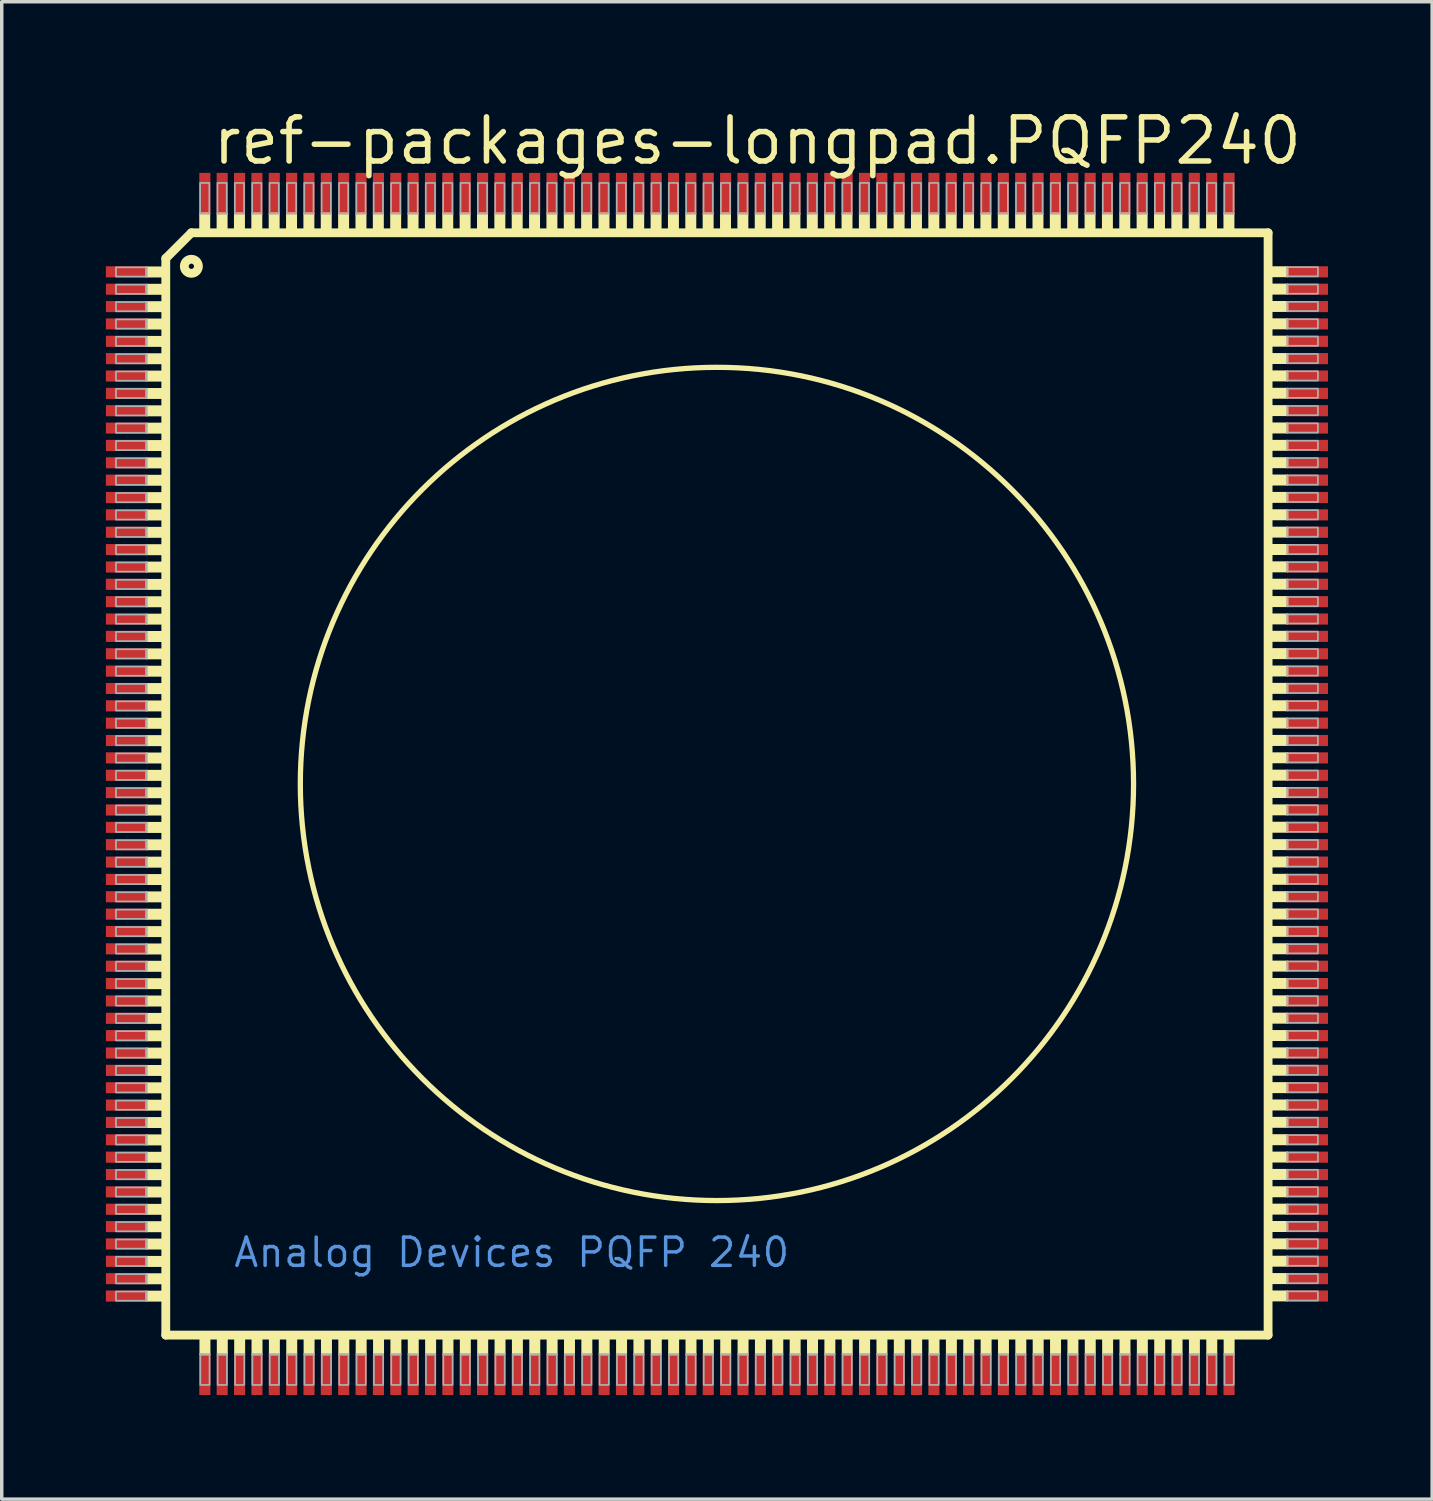
<source format=kicad_pcb>
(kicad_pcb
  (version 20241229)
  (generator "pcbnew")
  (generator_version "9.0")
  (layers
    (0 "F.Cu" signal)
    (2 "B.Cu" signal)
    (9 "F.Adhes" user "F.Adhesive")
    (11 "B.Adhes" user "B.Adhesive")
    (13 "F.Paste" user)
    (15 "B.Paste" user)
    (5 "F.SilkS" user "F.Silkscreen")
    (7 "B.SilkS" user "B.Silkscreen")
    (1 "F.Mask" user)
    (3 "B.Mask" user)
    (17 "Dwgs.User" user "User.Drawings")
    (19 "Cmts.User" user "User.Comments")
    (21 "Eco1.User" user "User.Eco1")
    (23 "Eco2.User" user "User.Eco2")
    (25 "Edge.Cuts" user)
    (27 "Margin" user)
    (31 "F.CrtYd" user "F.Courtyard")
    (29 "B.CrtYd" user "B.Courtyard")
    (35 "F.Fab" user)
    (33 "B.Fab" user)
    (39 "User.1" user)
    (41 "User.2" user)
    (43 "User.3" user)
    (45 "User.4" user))
  (footprint "ref-packages-longpad.PQFP240"
    (layer "F.Cu")
    (at 17.6 19.53)
    (property "Reference" "ref-packages-longpad.PQFP240" (at -14.605 -17.78 0) (layer "F.SilkS") (effects (font (size 1.27 1.27) (thickness 0.16)) (justify left bottom)))
    (attr smd)
    (fp_line (start -15.875 -15.138) (end -15.138 -15.875) (stroke (width 0.254) (type default)) (layer "F.SilkS"))
    (fp_line (start -15.875 15.875) (end -15.875 -15.138) (stroke (width 0.254) (type default)) (layer "F.SilkS"))
    (fp_line (start -15.138 -15.875) (end 15.875 -15.875) (stroke (width 0.254) (type default)) (layer "F.SilkS"))
    (fp_line (start 15.875 -15.875) (end 15.875 15.875) (stroke (width 0.254) (type default)) (layer "F.SilkS"))
    (fp_line (start 15.875 15.875) (end -15.875 15.875) (stroke (width 0.254) (type default)) (layer "F.SilkS"))
    (fp_rect (start -16.434 -14.614) (end -15.989 -14.88) (stroke (width 0.05) (type default)) (fill yes) (layer "F.SilkS"))
    (fp_rect (start -16.434 -14.114) (end -15.989 -14.38) (stroke (width 0.05) (type default)) (fill yes) (layer "F.SilkS"))
    (fp_rect (start -16.434 -13.614) (end -15.989 -13.88) (stroke (width 0.05) (type default)) (fill yes) (layer "F.SilkS"))
    (fp_rect (start -16.434 -13.114) (end -15.989 -13.38) (stroke (width 0.05) (type default)) (fill yes) (layer "F.SilkS"))
    (fp_rect (start -16.434 -12.614) (end -15.989 -12.88) (stroke (width 0.05) (type default)) (fill yes) (layer "F.SilkS"))
    (fp_rect (start -16.434 -12.114) (end -15.989 -12.38) (stroke (width 0.05) (type default)) (fill yes) (layer "F.SilkS"))
    (fp_rect (start -16.434 -11.614) (end -15.989 -11.88) (stroke (width 0.05) (type default)) (fill yes) (layer "F.SilkS"))
    (fp_rect (start -16.434 -11.114) (end -15.989 -11.38) (stroke (width 0.05) (type default)) (fill yes) (layer "F.SilkS"))
    (fp_rect (start -16.434 -10.614) (end -15.989 -10.88) (stroke (width 0.05) (type default)) (fill yes) (layer "F.SilkS"))
    (fp_rect (start -16.434 -10.114) (end -15.989 -10.38) (stroke (width 0.05) (type default)) (fill yes) (layer "F.SilkS"))
    (fp_rect (start -16.434 -9.614) (end -15.989 -9.88) (stroke (width 0.05) (type default)) (fill yes) (layer "F.SilkS"))
    (fp_rect (start -16.434 -9.114) (end -15.989 -9.38) (stroke (width 0.05) (type default)) (fill yes) (layer "F.SilkS"))
    (fp_rect (start -16.434 -8.614) (end -15.989 -8.88) (stroke (width 0.05) (type default)) (fill yes) (layer "F.SilkS"))
    (fp_rect (start -16.434 -8.114) (end -15.989 -8.38) (stroke (width 0.05) (type default)) (fill yes) (layer "F.SilkS"))
    (fp_rect (start -16.434 -7.614) (end -15.989 -7.88) (stroke (width 0.05) (type default)) (fill yes) (layer "F.SilkS"))
    (fp_rect (start -16.434 -7.114) (end -15.989 -7.38) (stroke (width 0.05) (type default)) (fill yes) (layer "F.SilkS"))
    (fp_rect (start -16.434 -6.614) (end -15.989 -6.88) (stroke (width 0.05) (type default)) (fill yes) (layer "F.SilkS"))
    (fp_rect (start -16.434 -6.114) (end -15.989 -6.38) (stroke (width 0.05) (type default)) (fill yes) (layer "F.SilkS"))
    (fp_rect (start -16.434 -5.614) (end -15.989 -5.88) (stroke (width 0.05) (type default)) (fill yes) (layer "F.SilkS"))
    (fp_rect (start -16.434 -5.114) (end -15.989 -5.38) (stroke (width 0.05) (type default)) (fill yes) (layer "F.SilkS"))
    (fp_rect (start -16.434 -4.614) (end -15.989 -4.88) (stroke (width 0.05) (type default)) (fill yes) (layer "F.SilkS"))
    (fp_rect (start -16.434 -4.114) (end -15.989 -4.38) (stroke (width 0.05) (type default)) (fill yes) (layer "F.SilkS"))
    (fp_rect (start -16.434 -3.614) (end -15.989 -3.88) (stroke (width 0.05) (type default)) (fill yes) (layer "F.SilkS"))
    (fp_rect (start -16.434 -3.114) (end -15.989 -3.38) (stroke (width 0.05) (type default)) (fill yes) (layer "F.SilkS"))
    (fp_rect (start -16.434 -2.614) (end -15.989 -2.88) (stroke (width 0.05) (type default)) (fill yes) (layer "F.SilkS"))
    (fp_rect (start -16.434 -2.114) (end -15.989 -2.38) (stroke (width 0.05) (type default)) (fill yes) (layer "F.SilkS"))
    (fp_rect (start -16.434 -1.614) (end -15.989 -1.88) (stroke (width 0.05) (type default)) (fill yes) (layer "F.SilkS"))
    (fp_rect (start -16.434 -1.114) (end -15.989 -1.38) (stroke (width 0.05) (type default)) (fill yes) (layer "F.SilkS"))
    (fp_rect (start -16.434 -0.614) (end -15.989 -0.88) (stroke (width 0.05) (type default)) (fill yes) (layer "F.SilkS"))
    (fp_rect (start -16.434 -0.114) (end -15.989 -0.38) (stroke (width 0.05) (type default)) (fill yes) (layer "F.SilkS"))
    (fp_rect (start -16.434 0.386) (end -15.989 0.12) (stroke (width 0.05) (type default)) (fill yes) (layer "F.SilkS"))
    (fp_rect (start -16.434 0.886) (end -15.989 0.62) (stroke (width 0.05) (type default)) (fill yes) (layer "F.SilkS"))
    (fp_rect (start -16.434 1.386) (end -15.989 1.12) (stroke (width 0.05) (type default)) (fill yes) (layer "F.SilkS"))
    (fp_rect (start -16.434 1.886) (end -15.989 1.62) (stroke (width 0.05) (type default)) (fill yes) (layer "F.SilkS"))
    (fp_rect (start -16.434 2.386) (end -15.989 2.12) (stroke (width 0.05) (type default)) (fill yes) (layer "F.SilkS"))
    (fp_rect (start -16.434 2.886) (end -15.989 2.62) (stroke (width 0.05) (type default)) (fill yes) (layer "F.SilkS"))
    (fp_rect (start -16.434 3.386) (end -15.989 3.12) (stroke (width 0.05) (type default)) (fill yes) (layer "F.SilkS"))
    (fp_rect (start -16.434 3.886) (end -15.989 3.62) (stroke (width 0.05) (type default)) (fill yes) (layer "F.SilkS"))
    (fp_rect (start -16.434 4.386) (end -15.989 4.12) (stroke (width 0.05) (type default)) (fill yes) (layer "F.SilkS"))
    (fp_rect (start -16.434 4.886) (end -15.989 4.62) (stroke (width 0.05) (type default)) (fill yes) (layer "F.SilkS"))
    (fp_rect (start -16.434 5.386) (end -15.989 5.12) (stroke (width 0.05) (type default)) (fill yes) (layer "F.SilkS"))
    (fp_rect (start -16.434 5.886) (end -15.989 5.62) (stroke (width 0.05) (type default)) (fill yes) (layer "F.SilkS"))
    (fp_rect (start -16.434 6.386) (end -15.989 6.12) (stroke (width 0.05) (type default)) (fill yes) (layer "F.SilkS"))
    (fp_rect (start -16.434 6.886) (end -15.989 6.62) (stroke (width 0.05) (type default)) (fill yes) (layer "F.SilkS"))
    (fp_rect (start -16.434 7.386) (end -15.989 7.12) (stroke (width 0.05) (type default)) (fill yes) (layer "F.SilkS"))
    (fp_rect (start -16.434 7.886) (end -15.989 7.62) (stroke (width 0.05) (type default)) (fill yes) (layer "F.SilkS"))
    (fp_rect (start -16.434 8.386) (end -15.989 8.12) (stroke (width 0.05) (type default)) (fill yes) (layer "F.SilkS"))
    (fp_rect (start -16.434 8.886) (end -15.989 8.62) (stroke (width 0.05) (type default)) (fill yes) (layer "F.SilkS"))
    (fp_rect (start -16.434 9.386) (end -15.989 9.12) (stroke (width 0.05) (type default)) (fill yes) (layer "F.SilkS"))
    (fp_rect (start -16.434 9.886) (end -15.989 9.62) (stroke (width 0.05) (type default)) (fill yes) (layer "F.SilkS"))
    (fp_rect (start -16.434 10.386) (end -15.989 10.12) (stroke (width 0.05) (type default)) (fill yes) (layer "F.SilkS"))
    (fp_rect (start -16.434 10.886) (end -15.989 10.62) (stroke (width 0.05) (type default)) (fill yes) (layer "F.SilkS"))
    (fp_rect (start -16.434 11.386) (end -15.989 11.12) (stroke (width 0.05) (type default)) (fill yes) (layer "F.SilkS"))
    (fp_rect (start -16.434 11.886) (end -15.989 11.62) (stroke (width 0.05) (type default)) (fill yes) (layer "F.SilkS"))
    (fp_rect (start -16.434 12.386) (end -15.989 12.12) (stroke (width 0.05) (type default)) (fill yes) (layer "F.SilkS"))
    (fp_rect (start -16.434 12.886) (end -15.989 12.62) (stroke (width 0.05) (type default)) (fill yes) (layer "F.SilkS"))
    (fp_rect (start -16.434 13.386) (end -15.989 13.12) (stroke (width 0.05) (type default)) (fill yes) (layer "F.SilkS"))
    (fp_rect (start -16.434 13.886) (end -15.989 13.62) (stroke (width 0.05) (type default)) (fill yes) (layer "F.SilkS"))
    (fp_rect (start -16.434 14.386) (end -15.989 14.12) (stroke (width 0.05) (type default)) (fill yes) (layer "F.SilkS"))
    (fp_rect (start -16.434 14.886) (end -15.989 14.62) (stroke (width 0.05) (type default)) (fill yes) (layer "F.SilkS"))
    (fp_rect (start -14.886 -15.989) (end -14.62 -16.434) (stroke (width 0.05) (type default)) (fill yes) (layer "F.SilkS"))
    (fp_rect (start -14.88 16.434) (end -14.614 15.989) (stroke (width 0.05) (type default)) (fill yes) (layer "F.SilkS"))
    (fp_rect (start -14.386 -15.989) (end -14.12 -16.434) (stroke (width 0.05) (type default)) (fill yes) (layer "F.SilkS"))
    (fp_rect (start -14.38 16.434) (end -14.114 15.989) (stroke (width 0.05) (type default)) (fill yes) (layer "F.SilkS"))
    (fp_rect (start -13.886 -15.989) (end -13.62 -16.434) (stroke (width 0.05) (type default)) (fill yes) (layer "F.SilkS"))
    (fp_rect (start -13.88 16.434) (end -13.614 15.989) (stroke (width 0.05) (type default)) (fill yes) (layer "F.SilkS"))
    (fp_rect (start -13.386 -15.989) (end -13.12 -16.434) (stroke (width 0.05) (type default)) (fill yes) (layer "F.SilkS"))
    (fp_rect (start -13.38 16.434) (end -13.114 15.989) (stroke (width 0.05) (type default)) (fill yes) (layer "F.SilkS"))
    (fp_rect (start -12.886 -15.989) (end -12.62 -16.434) (stroke (width 0.05) (type default)) (fill yes) (layer "F.SilkS"))
    (fp_rect (start -12.88 16.434) (end -12.614 15.989) (stroke (width 0.05) (type default)) (fill yes) (layer "F.SilkS"))
    (fp_rect (start -12.386 -15.989) (end -12.12 -16.434) (stroke (width 0.05) (type default)) (fill yes) (layer "F.SilkS"))
    (fp_rect (start -12.38 16.434) (end -12.114 15.989) (stroke (width 0.05) (type default)) (fill yes) (layer "F.SilkS"))
    (fp_rect (start -11.886 -15.989) (end -11.62 -16.434) (stroke (width 0.05) (type default)) (fill yes) (layer "F.SilkS"))
    (fp_rect (start -11.88 16.434) (end -11.614 15.989) (stroke (width 0.05) (type default)) (fill yes) (layer "F.SilkS"))
    (fp_rect (start -11.386 -15.989) (end -11.12 -16.434) (stroke (width 0.05) (type default)) (fill yes) (layer "F.SilkS"))
    (fp_rect (start -11.38 16.434) (end -11.114 15.989) (stroke (width 0.05) (type default)) (fill yes) (layer "F.SilkS"))
    (fp_rect (start -10.886 -15.989) (end -10.62 -16.434) (stroke (width 0.05) (type default)) (fill yes) (layer "F.SilkS"))
    (fp_rect (start -10.88 16.434) (end -10.614 15.989) (stroke (width 0.05) (type default)) (fill yes) (layer "F.SilkS"))
    (fp_rect (start -10.386 -15.989) (end -10.12 -16.434) (stroke (width 0.05) (type default)) (fill yes) (layer "F.SilkS"))
    (fp_rect (start -10.38 16.434) (end -10.114 15.989) (stroke (width 0.05) (type default)) (fill yes) (layer "F.SilkS"))
    (fp_rect (start -9.886 -15.989) (end -9.62 -16.434) (stroke (width 0.05) (type default)) (fill yes) (layer "F.SilkS"))
    (fp_rect (start -9.88 16.434) (end -9.614 15.989) (stroke (width 0.05) (type default)) (fill yes) (layer "F.SilkS"))
    (fp_rect (start -9.386 -15.989) (end -9.12 -16.434) (stroke (width 0.05) (type default)) (fill yes) (layer "F.SilkS"))
    (fp_rect (start -9.38 16.434) (end -9.114 15.989) (stroke (width 0.05) (type default)) (fill yes) (layer "F.SilkS"))
    (fp_rect (start -8.886 -15.989) (end -8.62 -16.434) (stroke (width 0.05) (type default)) (fill yes) (layer "F.SilkS"))
    (fp_rect (start -8.88 16.434) (end -8.614 15.989) (stroke (width 0.05) (type default)) (fill yes) (layer "F.SilkS"))
    (fp_rect (start -8.386 -15.989) (end -8.12 -16.434) (stroke (width 0.05) (type default)) (fill yes) (layer "F.SilkS"))
    (fp_rect (start -8.38 16.434) (end -8.114 15.989) (stroke (width 0.05) (type default)) (fill yes) (layer "F.SilkS"))
    (fp_rect (start -7.886 -15.989) (end -7.62 -16.434) (stroke (width 0.05) (type default)) (fill yes) (layer "F.SilkS"))
    (fp_rect (start -7.88 16.434) (end -7.614 15.989) (stroke (width 0.05) (type default)) (fill yes) (layer "F.SilkS"))
    (fp_rect (start -7.386 -15.989) (end -7.12 -16.434) (stroke (width 0.05) (type default)) (fill yes) (layer "F.SilkS"))
    (fp_rect (start -7.38 16.434) (end -7.114 15.989) (stroke (width 0.05) (type default)) (fill yes) (layer "F.SilkS"))
    (fp_rect (start -6.886 -15.989) (end -6.62 -16.434) (stroke (width 0.05) (type default)) (fill yes) (layer "F.SilkS"))
    (fp_rect (start -6.88 16.434) (end -6.614 15.989) (stroke (width 0.05) (type default)) (fill yes) (layer "F.SilkS"))
    (fp_rect (start -6.386 -15.989) (end -6.12 -16.434) (stroke (width 0.05) (type default)) (fill yes) (layer "F.SilkS"))
    (fp_rect (start -6.38 16.434) (end -6.114 15.989) (stroke (width 0.05) (type default)) (fill yes) (layer "F.SilkS"))
    (fp_rect (start -5.886 -15.989) (end -5.62 -16.434) (stroke (width 0.05) (type default)) (fill yes) (layer "F.SilkS"))
    (fp_rect (start -5.88 16.434) (end -5.614 15.989) (stroke (width 0.05) (type default)) (fill yes) (layer "F.SilkS"))
    (fp_rect (start -5.386 -15.989) (end -5.12 -16.434) (stroke (width 0.05) (type default)) (fill yes) (layer "F.SilkS"))
    (fp_rect (start -5.38 16.434) (end -5.114 15.989) (stroke (width 0.05) (type default)) (fill yes) (layer "F.SilkS"))
    (fp_rect (start -4.886 -15.989) (end -4.62 -16.434) (stroke (width 0.05) (type default)) (fill yes) (layer "F.SilkS"))
    (fp_rect (start -4.88 16.434) (end -4.614 15.989) (stroke (width 0.05) (type default)) (fill yes) (layer "F.SilkS"))
    (fp_rect (start -4.386 -15.989) (end -4.12 -16.434) (stroke (width 0.05) (type default)) (fill yes) (layer "F.SilkS"))
    (fp_rect (start -4.38 16.434) (end -4.114 15.989) (stroke (width 0.05) (type default)) (fill yes) (layer "F.SilkS"))
    (fp_rect (start -3.886 -15.989) (end -3.62 -16.434) (stroke (width 0.05) (type default)) (fill yes) (layer "F.SilkS"))
    (fp_rect (start -3.88 16.434) (end -3.614 15.989) (stroke (width 0.05) (type default)) (fill yes) (layer "F.SilkS"))
    (fp_rect (start -3.386 -15.989) (end -3.12 -16.434) (stroke (width 0.05) (type default)) (fill yes) (layer "F.SilkS"))
    (fp_rect (start -3.38 16.434) (end -3.114 15.989) (stroke (width 0.05) (type default)) (fill yes) (layer "F.SilkS"))
    (fp_rect (start -2.886 -15.989) (end -2.62 -16.434) (stroke (width 0.05) (type default)) (fill yes) (layer "F.SilkS"))
    (fp_rect (start -2.88 16.434) (end -2.614 15.989) (stroke (width 0.05) (type default)) (fill yes) (layer "F.SilkS"))
    (fp_rect (start -2.386 -15.989) (end -2.12 -16.434) (stroke (width 0.05) (type default)) (fill yes) (layer "F.SilkS"))
    (fp_rect (start -2.38 16.434) (end -2.114 15.989) (stroke (width 0.05) (type default)) (fill yes) (layer "F.SilkS"))
    (fp_rect (start -1.886 -15.989) (end -1.62 -16.434) (stroke (width 0.05) (type default)) (fill yes) (layer "F.SilkS"))
    (fp_rect (start -1.88 16.434) (end -1.614 15.989) (stroke (width 0.05) (type default)) (fill yes) (layer "F.SilkS"))
    (fp_rect (start -1.386 -15.989) (end -1.12 -16.434) (stroke (width 0.05) (type default)) (fill yes) (layer "F.SilkS"))
    (fp_rect (start -1.38 16.434) (end -1.114 15.989) (stroke (width 0.05) (type default)) (fill yes) (layer "F.SilkS"))
    (fp_rect (start -0.886 -15.989) (end -0.62 -16.434) (stroke (width 0.05) (type default)) (fill yes) (layer "F.SilkS"))
    (fp_rect (start -0.88 16.434) (end -0.614 15.989) (stroke (width 0.05) (type default)) (fill yes) (layer "F.SilkS"))
    (fp_rect (start -0.386 -15.989) (end -0.12 -16.434) (stroke (width 0.05) (type default)) (fill yes) (layer "F.SilkS"))
    (fp_rect (start -0.38 16.434) (end -0.114 15.989) (stroke (width 0.05) (type default)) (fill yes) (layer "F.SilkS"))
    (fp_rect (start 0.114 -15.989) (end 0.38 -16.434) (stroke (width 0.05) (type default)) (fill yes) (layer "F.SilkS"))
    (fp_rect (start 0.12 16.434) (end 0.386 15.989) (stroke (width 0.05) (type default)) (fill yes) (layer "F.SilkS"))
    (fp_rect (start 0.614 -15.989) (end 0.88 -16.434) (stroke (width 0.05) (type default)) (fill yes) (layer "F.SilkS"))
    (fp_rect (start 0.62 16.434) (end 0.886 15.989) (stroke (width 0.05) (type default)) (fill yes) (layer "F.SilkS"))
    (fp_rect (start 1.114 -15.989) (end 1.38 -16.434) (stroke (width 0.05) (type default)) (fill yes) (layer "F.SilkS"))
    (fp_rect (start 1.12 16.434) (end 1.386 15.989) (stroke (width 0.05) (type default)) (fill yes) (layer "F.SilkS"))
    (fp_rect (start 1.614 -15.989) (end 1.88 -16.434) (stroke (width 0.05) (type default)) (fill yes) (layer "F.SilkS"))
    (fp_rect (start 1.62 16.434) (end 1.886 15.989) (stroke (width 0.05) (type default)) (fill yes) (layer "F.SilkS"))
    (fp_rect (start 2.114 -15.989) (end 2.38 -16.434) (stroke (width 0.05) (type default)) (fill yes) (layer "F.SilkS"))
    (fp_rect (start 2.12 16.434) (end 2.386 15.989) (stroke (width 0.05) (type default)) (fill yes) (layer "F.SilkS"))
    (fp_rect (start 2.614 -15.989) (end 2.88 -16.434) (stroke (width 0.05) (type default)) (fill yes) (layer "F.SilkS"))
    (fp_rect (start 2.62 16.434) (end 2.886 15.989) (stroke (width 0.05) (type default)) (fill yes) (layer "F.SilkS"))
    (fp_rect (start 3.114 -15.989) (end 3.38 -16.434) (stroke (width 0.05) (type default)) (fill yes) (layer "F.SilkS"))
    (fp_rect (start 3.12 16.434) (end 3.386 15.989) (stroke (width 0.05) (type default)) (fill yes) (layer "F.SilkS"))
    (fp_rect (start 3.614 -15.989) (end 3.88 -16.434) (stroke (width 0.05) (type default)) (fill yes) (layer "F.SilkS"))
    (fp_rect (start 3.62 16.434) (end 3.886 15.989) (stroke (width 0.05) (type default)) (fill yes) (layer "F.SilkS"))
    (fp_rect (start 4.114 -15.989) (end 4.38 -16.434) (stroke (width 0.05) (type default)) (fill yes) (layer "F.SilkS"))
    (fp_rect (start 4.12 16.434) (end 4.386 15.989) (stroke (width 0.05) (type default)) (fill yes) (layer "F.SilkS"))
    (fp_rect (start 4.614 -15.989) (end 4.88 -16.434) (stroke (width 0.05) (type default)) (fill yes) (layer "F.SilkS"))
    (fp_rect (start 4.62 16.434) (end 4.886 15.989) (stroke (width 0.05) (type default)) (fill yes) (layer "F.SilkS"))
    (fp_rect (start 5.114 -15.989) (end 5.38 -16.434) (stroke (width 0.05) (type default)) (fill yes) (layer "F.SilkS"))
    (fp_rect (start 5.12 16.434) (end 5.386 15.989) (stroke (width 0.05) (type default)) (fill yes) (layer "F.SilkS"))
    (fp_rect (start 5.614 -15.989) (end 5.88 -16.434) (stroke (width 0.05) (type default)) (fill yes) (layer "F.SilkS"))
    (fp_rect (start 5.62 16.434) (end 5.886 15.989) (stroke (width 0.05) (type default)) (fill yes) (layer "F.SilkS"))
    (fp_rect (start 6.114 -15.989) (end 6.38 -16.434) (stroke (width 0.05) (type default)) (fill yes) (layer "F.SilkS"))
    (fp_rect (start 6.12 16.434) (end 6.386 15.989) (stroke (width 0.05) (type default)) (fill yes) (layer "F.SilkS"))
    (fp_rect (start 6.614 -15.989) (end 6.88 -16.434) (stroke (width 0.05) (type default)) (fill yes) (layer "F.SilkS"))
    (fp_rect (start 6.62 16.434) (end 6.886 15.989) (stroke (width 0.05) (type default)) (fill yes) (layer "F.SilkS"))
    (fp_rect (start 7.114 -15.989) (end 7.38 -16.434) (stroke (width 0.05) (type default)) (fill yes) (layer "F.SilkS"))
    (fp_rect (start 7.12 16.434) (end 7.386 15.989) (stroke (width 0.05) (type default)) (fill yes) (layer "F.SilkS"))
    (fp_rect (start 7.614 -15.989) (end 7.88 -16.434) (stroke (width 0.05) (type default)) (fill yes) (layer "F.SilkS"))
    (fp_rect (start 7.62 16.434) (end 7.886 15.989) (stroke (width 0.05) (type default)) (fill yes) (layer "F.SilkS"))
    (fp_rect (start 8.114 -15.989) (end 8.38 -16.434) (stroke (width 0.05) (type default)) (fill yes) (layer "F.SilkS"))
    (fp_rect (start 8.12 16.434) (end 8.386 15.989) (stroke (width 0.05) (type default)) (fill yes) (layer "F.SilkS"))
    (fp_rect (start 8.614 -15.989) (end 8.88 -16.434) (stroke (width 0.05) (type default)) (fill yes) (layer "F.SilkS"))
    (fp_rect (start 8.62 16.434) (end 8.886 15.989) (stroke (width 0.05) (type default)) (fill yes) (layer "F.SilkS"))
    (fp_rect (start 9.114 -15.989) (end 9.38 -16.434) (stroke (width 0.05) (type default)) (fill yes) (layer "F.SilkS"))
    (fp_rect (start 9.12 16.434) (end 9.386 15.989) (stroke (width 0.05) (type default)) (fill yes) (layer "F.SilkS"))
    (fp_rect (start 9.614 -15.989) (end 9.88 -16.434) (stroke (width 0.05) (type default)) (fill yes) (layer "F.SilkS"))
    (fp_rect (start 9.62 16.434) (end 9.886 15.989) (stroke (width 0.05) (type default)) (fill yes) (layer "F.SilkS"))
    (fp_rect (start 10.114 -15.989) (end 10.38 -16.434) (stroke (width 0.05) (type default)) (fill yes) (layer "F.SilkS"))
    (fp_rect (start 10.12 16.434) (end 10.386 15.989) (stroke (width 0.05) (type default)) (fill yes) (layer "F.SilkS"))
    (fp_rect (start 10.614 -15.989) (end 10.88 -16.434) (stroke (width 0.05) (type default)) (fill yes) (layer "F.SilkS"))
    (fp_rect (start 10.62 16.434) (end 10.886 15.989) (stroke (width 0.05) (type default)) (fill yes) (layer "F.SilkS"))
    (fp_rect (start 11.114 -15.989) (end 11.38 -16.434) (stroke (width 0.05) (type default)) (fill yes) (layer "F.SilkS"))
    (fp_rect (start 11.12 16.434) (end 11.386 15.989) (stroke (width 0.05) (type default)) (fill yes) (layer "F.SilkS"))
    (fp_rect (start 11.614 -15.989) (end 11.88 -16.434) (stroke (width 0.05) (type default)) (fill yes) (layer "F.SilkS"))
    (fp_rect (start 11.62 16.434) (end 11.886 15.989) (stroke (width 0.05) (type default)) (fill yes) (layer "F.SilkS"))
    (fp_rect (start 12.114 -15.989) (end 12.38 -16.434) (stroke (width 0.05) (type default)) (fill yes) (layer "F.SilkS"))
    (fp_rect (start 12.12 16.434) (end 12.386 15.989) (stroke (width 0.05) (type default)) (fill yes) (layer "F.SilkS"))
    (fp_rect (start 12.614 -15.989) (end 12.88 -16.434) (stroke (width 0.05) (type default)) (fill yes) (layer "F.SilkS"))
    (fp_rect (start 12.62 16.434) (end 12.886 15.989) (stroke (width 0.05) (type default)) (fill yes) (layer "F.SilkS"))
    (fp_rect (start 13.114 -15.989) (end 13.38 -16.434) (stroke (width 0.05) (type default)) (fill yes) (layer "F.SilkS"))
    (fp_rect (start 13.12 16.434) (end 13.386 15.989) (stroke (width 0.05) (type default)) (fill yes) (layer "F.SilkS"))
    (fp_rect (start 13.614 -15.989) (end 13.88 -16.434) (stroke (width 0.05) (type default)) (fill yes) (layer "F.SilkS"))
    (fp_rect (start 13.62 16.434) (end 13.886 15.989) (stroke (width 0.05) (type default)) (fill yes) (layer "F.SilkS"))
    (fp_rect (start 14.114 -15.989) (end 14.38 -16.434) (stroke (width 0.05) (type default)) (fill yes) (layer "F.SilkS"))
    (fp_rect (start 14.12 16.434) (end 14.386 15.989) (stroke (width 0.05) (type default)) (fill yes) (layer "F.SilkS"))
    (fp_rect (start 14.614 -15.989) (end 14.88 -16.434) (stroke (width 0.05) (type default)) (fill yes) (layer "F.SilkS"))
    (fp_rect (start 14.62 16.434) (end 14.886 15.989) (stroke (width 0.05) (type default)) (fill yes) (layer "F.SilkS"))
    (fp_rect (start 15.989 -14.62) (end 16.434 -14.886) (stroke (width 0.05) (type default)) (fill yes) (layer "F.SilkS"))
    (fp_rect (start 15.989 -14.12) (end 16.434 -14.386) (stroke (width 0.05) (type default)) (fill yes) (layer "F.SilkS"))
    (fp_rect (start 15.989 -13.62) (end 16.434 -13.886) (stroke (width 0.05) (type default)) (fill yes) (layer "F.SilkS"))
    (fp_rect (start 15.989 -13.12) (end 16.434 -13.386) (stroke (width 0.05) (type default)) (fill yes) (layer "F.SilkS"))
    (fp_rect (start 15.989 -12.62) (end 16.434 -12.886) (stroke (width 0.05) (type default)) (fill yes) (layer "F.SilkS"))
    (fp_rect (start 15.989 -12.12) (end 16.434 -12.386) (stroke (width 0.05) (type default)) (fill yes) (layer "F.SilkS"))
    (fp_rect (start 15.989 -11.62) (end 16.434 -11.886) (stroke (width 0.05) (type default)) (fill yes) (layer "F.SilkS"))
    (fp_rect (start 15.989 -11.12) (end 16.434 -11.386) (stroke (width 0.05) (type default)) (fill yes) (layer "F.SilkS"))
    (fp_rect (start 15.989 -10.62) (end 16.434 -10.886) (stroke (width 0.05) (type default)) (fill yes) (layer "F.SilkS"))
    (fp_rect (start 15.989 -10.12) (end 16.434 -10.386) (stroke (width 0.05) (type default)) (fill yes) (layer "F.SilkS"))
    (fp_rect (start 15.989 -9.62) (end 16.434 -9.886) (stroke (width 0.05) (type default)) (fill yes) (layer "F.SilkS"))
    (fp_rect (start 15.989 -9.12) (end 16.434 -9.386) (stroke (width 0.05) (type default)) (fill yes) (layer "F.SilkS"))
    (fp_rect (start 15.989 -8.62) (end 16.434 -8.886) (stroke (width 0.05) (type default)) (fill yes) (layer "F.SilkS"))
    (fp_rect (start 15.989 -8.12) (end 16.434 -8.386) (stroke (width 0.05) (type default)) (fill yes) (layer "F.SilkS"))
    (fp_rect (start 15.989 -7.62) (end 16.434 -7.886) (stroke (width 0.05) (type default)) (fill yes) (layer "F.SilkS"))
    (fp_rect (start 15.989 -7.12) (end 16.434 -7.386) (stroke (width 0.05) (type default)) (fill yes) (layer "F.SilkS"))
    (fp_rect (start 15.989 -6.62) (end 16.434 -6.886) (stroke (width 0.05) (type default)) (fill yes) (layer "F.SilkS"))
    (fp_rect (start 15.989 -6.12) (end 16.434 -6.386) (stroke (width 0.05) (type default)) (fill yes) (layer "F.SilkS"))
    (fp_rect (start 15.989 -5.62) (end 16.434 -5.886) (stroke (width 0.05) (type default)) (fill yes) (layer "F.SilkS"))
    (fp_rect (start 15.989 -5.12) (end 16.434 -5.386) (stroke (width 0.05) (type default)) (fill yes) (layer "F.SilkS"))
    (fp_rect (start 15.989 -4.62) (end 16.434 -4.886) (stroke (width 0.05) (type default)) (fill yes) (layer "F.SilkS"))
    (fp_rect (start 15.989 -4.12) (end 16.434 -4.386) (stroke (width 0.05) (type default)) (fill yes) (layer "F.SilkS"))
    (fp_rect (start 15.989 -3.62) (end 16.434 -3.886) (stroke (width 0.05) (type default)) (fill yes) (layer "F.SilkS"))
    (fp_rect (start 15.989 -3.12) (end 16.434 -3.386) (stroke (width 0.05) (type default)) (fill yes) (layer "F.SilkS"))
    (fp_rect (start 15.989 -2.62) (end 16.434 -2.886) (stroke (width 0.05) (type default)) (fill yes) (layer "F.SilkS"))
    (fp_rect (start 15.989 -2.12) (end 16.434 -2.386) (stroke (width 0.05) (type default)) (fill yes) (layer "F.SilkS"))
    (fp_rect (start 15.989 -1.62) (end 16.434 -1.886) (stroke (width 0.05) (type default)) (fill yes) (layer "F.SilkS"))
    (fp_rect (start 15.989 -1.12) (end 16.434 -1.386) (stroke (width 0.05) (type default)) (fill yes) (layer "F.SilkS"))
    (fp_rect (start 15.989 -0.62) (end 16.434 -0.886) (stroke (width 0.05) (type default)) (fill yes) (layer "F.SilkS"))
    (fp_rect (start 15.989 -0.12) (end 16.434 -0.386) (stroke (width 0.05) (type default)) (fill yes) (layer "F.SilkS"))
    (fp_rect (start 15.989 0.38) (end 16.434 0.114) (stroke (width 0.05) (type default)) (fill yes) (layer "F.SilkS"))
    (fp_rect (start 15.989 0.88) (end 16.434 0.614) (stroke (width 0.05) (type default)) (fill yes) (layer "F.SilkS"))
    (fp_rect (start 15.989 1.38) (end 16.434 1.114) (stroke (width 0.05) (type default)) (fill yes) (layer "F.SilkS"))
    (fp_rect (start 15.989 1.88) (end 16.434 1.614) (stroke (width 0.05) (type default)) (fill yes) (layer "F.SilkS"))
    (fp_rect (start 15.989 2.38) (end 16.434 2.114) (stroke (width 0.05) (type default)) (fill yes) (layer "F.SilkS"))
    (fp_rect (start 15.989 2.88) (end 16.434 2.614) (stroke (width 0.05) (type default)) (fill yes) (layer "F.SilkS"))
    (fp_rect (start 15.989 3.38) (end 16.434 3.114) (stroke (width 0.05) (type default)) (fill yes) (layer "F.SilkS"))
    (fp_rect (start 15.989 3.88) (end 16.434 3.614) (stroke (width 0.05) (type default)) (fill yes) (layer "F.SilkS"))
    (fp_rect (start 15.989 4.38) (end 16.434 4.114) (stroke (width 0.05) (type default)) (fill yes) (layer "F.SilkS"))
    (fp_rect (start 15.989 4.88) (end 16.434 4.614) (stroke (width 0.05) (type default)) (fill yes) (layer "F.SilkS"))
    (fp_rect (start 15.989 5.38) (end 16.434 5.114) (stroke (width 0.05) (type default)) (fill yes) (layer "F.SilkS"))
    (fp_rect (start 15.989 5.88) (end 16.434 5.614) (stroke (width 0.05) (type default)) (fill yes) (layer "F.SilkS"))
    (fp_rect (start 15.989 6.38) (end 16.434 6.114) (stroke (width 0.05) (type default)) (fill yes) (layer "F.SilkS"))
    (fp_rect (start 15.989 6.88) (end 16.434 6.614) (stroke (width 0.05) (type default)) (fill yes) (layer "F.SilkS"))
    (fp_rect (start 15.989 7.38) (end 16.434 7.114) (stroke (width 0.05) (type default)) (fill yes) (layer "F.SilkS"))
    (fp_rect (start 15.989 7.88) (end 16.434 7.614) (stroke (width 0.05) (type default)) (fill yes) (layer "F.SilkS"))
    (fp_rect (start 15.989 8.38) (end 16.434 8.114) (stroke (width 0.05) (type default)) (fill yes) (layer "F.SilkS"))
    (fp_rect (start 15.989 8.88) (end 16.434 8.614) (stroke (width 0.05) (type default)) (fill yes) (layer "F.SilkS"))
    (fp_rect (start 15.989 9.38) (end 16.434 9.114) (stroke (width 0.05) (type default)) (fill yes) (layer "F.SilkS"))
    (fp_rect (start 15.989 9.88) (end 16.434 9.614) (stroke (width 0.05) (type default)) (fill yes) (layer "F.SilkS"))
    (fp_rect (start 15.989 10.38) (end 16.434 10.114) (stroke (width 0.05) (type default)) (fill yes) (layer "F.SilkS"))
    (fp_rect (start 15.989 10.88) (end 16.434 10.614) (stroke (width 0.05) (type default)) (fill yes) (layer "F.SilkS"))
    (fp_rect (start 15.989 11.38) (end 16.434 11.114) (stroke (width 0.05) (type default)) (fill yes) (layer "F.SilkS"))
    (fp_rect (start 15.989 11.88) (end 16.434 11.614) (stroke (width 0.05) (type default)) (fill yes) (layer "F.SilkS"))
    (fp_rect (start 15.989 12.38) (end 16.434 12.114) (stroke (width 0.05) (type default)) (fill yes) (layer "F.SilkS"))
    (fp_rect (start 15.989 12.88) (end 16.434 12.614) (stroke (width 0.05) (type default)) (fill yes) (layer "F.SilkS"))
    (fp_rect (start 15.989 13.38) (end 16.434 13.114) (stroke (width 0.05) (type default)) (fill yes) (layer "F.SilkS"))
    (fp_rect (start 15.989 13.88) (end 16.434 13.614) (stroke (width 0.05) (type default)) (fill yes) (layer "F.SilkS"))
    (fp_rect (start 15.989 14.38) (end 16.434 14.114) (stroke (width 0.05) (type default)) (fill yes) (layer "F.SilkS"))
    (fp_rect (start 15.989 14.88) (end 16.434 14.614) (stroke (width 0.05) (type default)) (fill yes) (layer "F.SilkS"))
    (fp_circle (center -15.138 -14.91) (end -14.935 -14.91) (stroke (width 0.254) (type default)) (fill no) (layer "F.SilkS"))
    (fp_circle (center 0 0) (end 12 0) (stroke (width 0.152) (type default)) (fill no) (layer "F.SilkS"))
    (fp_rect (start -17.31 -14.614) (end -16.421 -14.88) (stroke (width 0.05) (type default)) (fill no) (layer "F.Fab"))
    (fp_rect (start -17.31 -14.114) (end -16.421 -14.38) (stroke (width 0.05) (type default)) (fill no) (layer "F.Fab"))
    (fp_rect (start -17.31 -13.614) (end -16.421 -13.88) (stroke (width 0.05) (type default)) (fill no) (layer "F.Fab"))
    (fp_rect (start -17.31 -13.114) (end -16.421 -13.38) (stroke (width 0.05) (type default)) (fill no) (layer "F.Fab"))
    (fp_rect (start -17.31 -12.614) (end -16.421 -12.88) (stroke (width 0.05) (type default)) (fill no) (layer "F.Fab"))
    (fp_rect (start -17.31 -12.114) (end -16.421 -12.38) (stroke (width 0.05) (type default)) (fill no) (layer "F.Fab"))
    (fp_rect (start -17.31 -11.614) (end -16.421 -11.88) (stroke (width 0.05) (type default)) (fill no) (layer "F.Fab"))
    (fp_rect (start -17.31 -11.114) (end -16.421 -11.38) (stroke (width 0.05) (type default)) (fill no) (layer "F.Fab"))
    (fp_rect (start -17.31 -10.614) (end -16.421 -10.88) (stroke (width 0.05) (type default)) (fill no) (layer "F.Fab"))
    (fp_rect (start -17.31 -10.114) (end -16.421 -10.38) (stroke (width 0.05) (type default)) (fill no) (layer "F.Fab"))
    (fp_rect (start -17.31 -9.614) (end -16.421 -9.88) (stroke (width 0.05) (type default)) (fill no) (layer "F.Fab"))
    (fp_rect (start -17.31 -9.114) (end -16.421 -9.38) (stroke (width 0.05) (type default)) (fill no) (layer "F.Fab"))
    (fp_rect (start -17.31 -8.614) (end -16.421 -8.88) (stroke (width 0.05) (type default)) (fill no) (layer "F.Fab"))
    (fp_rect (start -17.31 -8.114) (end -16.421 -8.38) (stroke (width 0.05) (type default)) (fill no) (layer "F.Fab"))
    (fp_rect (start -17.31 -7.614) (end -16.421 -7.88) (stroke (width 0.05) (type default)) (fill no) (layer "F.Fab"))
    (fp_rect (start -17.31 -7.114) (end -16.421 -7.38) (stroke (width 0.05) (type default)) (fill no) (layer "F.Fab"))
    (fp_rect (start -17.31 -6.614) (end -16.421 -6.88) (stroke (width 0.05) (type default)) (fill no) (layer "F.Fab"))
    (fp_rect (start -17.31 -6.114) (end -16.421 -6.38) (stroke (width 0.05) (type default)) (fill no) (layer "F.Fab"))
    (fp_rect (start -17.31 -5.614) (end -16.421 -5.88) (stroke (width 0.05) (type default)) (fill no) (layer "F.Fab"))
    (fp_rect (start -17.31 -5.114) (end -16.421 -5.38) (stroke (width 0.05) (type default)) (fill no) (layer "F.Fab"))
    (fp_rect (start -17.31 -4.614) (end -16.421 -4.88) (stroke (width 0.05) (type default)) (fill no) (layer "F.Fab"))
    (fp_rect (start -17.31 -4.114) (end -16.421 -4.38) (stroke (width 0.05) (type default)) (fill no) (layer "F.Fab"))
    (fp_rect (start -17.31 -3.614) (end -16.421 -3.88) (stroke (width 0.05) (type default)) (fill no) (layer "F.Fab"))
    (fp_rect (start -17.31 -3.114) (end -16.421 -3.38) (stroke (width 0.05) (type default)) (fill no) (layer "F.Fab"))
    (fp_rect (start -17.31 -2.614) (end -16.421 -2.88) (stroke (width 0.05) (type default)) (fill no) (layer "F.Fab"))
    (fp_rect (start -17.31 -2.114) (end -16.421 -2.38) (stroke (width 0.05) (type default)) (fill no) (layer "F.Fab"))
    (fp_rect (start -17.31 -1.614) (end -16.421 -1.88) (stroke (width 0.05) (type default)) (fill no) (layer "F.Fab"))
    (fp_rect (start -17.31 -1.114) (end -16.421 -1.38) (stroke (width 0.05) (type default)) (fill no) (layer "F.Fab"))
    (fp_rect (start -17.31 -0.614) (end -16.421 -0.88) (stroke (width 0.05) (type default)) (fill no) (layer "F.Fab"))
    (fp_rect (start -17.31 -0.114) (end -16.421 -0.38) (stroke (width 0.05) (type default)) (fill no) (layer "F.Fab"))
    (fp_rect (start -17.31 0.386) (end -16.421 0.12) (stroke (width 0.05) (type default)) (fill no) (layer "F.Fab"))
    (fp_rect (start -17.31 0.886) (end -16.421 0.62) (stroke (width 0.05) (type default)) (fill no) (layer "F.Fab"))
    (fp_rect (start -17.31 1.386) (end -16.421 1.12) (stroke (width 0.05) (type default)) (fill no) (layer "F.Fab"))
    (fp_rect (start -17.31 1.886) (end -16.421 1.62) (stroke (width 0.05) (type default)) (fill no) (layer "F.Fab"))
    (fp_rect (start -17.31 2.386) (end -16.421 2.12) (stroke (width 0.05) (type default)) (fill no) (layer "F.Fab"))
    (fp_rect (start -17.31 2.886) (end -16.421 2.62) (stroke (width 0.05) (type default)) (fill no) (layer "F.Fab"))
    (fp_rect (start -17.31 3.386) (end -16.421 3.12) (stroke (width 0.05) (type default)) (fill no) (layer "F.Fab"))
    (fp_rect (start -17.31 3.886) (end -16.421 3.62) (stroke (width 0.05) (type default)) (fill no) (layer "F.Fab"))
    (fp_rect (start -17.31 4.386) (end -16.421 4.12) (stroke (width 0.05) (type default)) (fill no) (layer "F.Fab"))
    (fp_rect (start -17.31 4.886) (end -16.421 4.62) (stroke (width 0.05) (type default)) (fill no) (layer "F.Fab"))
    (fp_rect (start -17.31 5.386) (end -16.421 5.12) (stroke (width 0.05) (type default)) (fill no) (layer "F.Fab"))
    (fp_rect (start -17.31 5.886) (end -16.421 5.62) (stroke (width 0.05) (type default)) (fill no) (layer "F.Fab"))
    (fp_rect (start -17.31 6.386) (end -16.421 6.12) (stroke (width 0.05) (type default)) (fill no) (layer "F.Fab"))
    (fp_rect (start -17.31 6.886) (end -16.421 6.62) (stroke (width 0.05) (type default)) (fill no) (layer "F.Fab"))
    (fp_rect (start -17.31 7.386) (end -16.421 7.12) (stroke (width 0.05) (type default)) (fill no) (layer "F.Fab"))
    (fp_rect (start -17.31 7.886) (end -16.421 7.62) (stroke (width 0.05) (type default)) (fill no) (layer "F.Fab"))
    (fp_rect (start -17.31 8.386) (end -16.421 8.12) (stroke (width 0.05) (type default)) (fill no) (layer "F.Fab"))
    (fp_rect (start -17.31 8.886) (end -16.421 8.62) (stroke (width 0.05) (type default)) (fill no) (layer "F.Fab"))
    (fp_rect (start -17.31 9.386) (end -16.421 9.12) (stroke (width 0.05) (type default)) (fill no) (layer "F.Fab"))
    (fp_rect (start -17.31 9.886) (end -16.421 9.62) (stroke (width 0.05) (type default)) (fill no) (layer "F.Fab"))
    (fp_rect (start -17.31 10.386) (end -16.421 10.12) (stroke (width 0.05) (type default)) (fill no) (layer "F.Fab"))
    (fp_rect (start -17.31 10.886) (end -16.421 10.62) (stroke (width 0.05) (type default)) (fill no) (layer "F.Fab"))
    (fp_rect (start -17.31 11.386) (end -16.421 11.12) (stroke (width 0.05) (type default)) (fill no) (layer "F.Fab"))
    (fp_rect (start -17.31 11.886) (end -16.421 11.62) (stroke (width 0.05) (type default)) (fill no) (layer "F.Fab"))
    (fp_rect (start -17.31 12.386) (end -16.421 12.12) (stroke (width 0.05) (type default)) (fill no) (layer "F.Fab"))
    (fp_rect (start -17.31 12.886) (end -16.421 12.62) (stroke (width 0.05) (type default)) (fill no) (layer "F.Fab"))
    (fp_rect (start -17.31 13.386) (end -16.421 13.12) (stroke (width 0.05) (type default)) (fill no) (layer "F.Fab"))
    (fp_rect (start -17.31 13.886) (end -16.421 13.62) (stroke (width 0.05) (type default)) (fill no) (layer "F.Fab"))
    (fp_rect (start -17.31 14.386) (end -16.421 14.12) (stroke (width 0.05) (type default)) (fill no) (layer "F.Fab"))
    (fp_rect (start -17.31 14.886) (end -16.421 14.62) (stroke (width 0.05) (type default)) (fill no) (layer "F.Fab"))
    (fp_rect (start -14.886 -16.421) (end -14.62 -17.31) (stroke (width 0.05) (type default)) (fill no) (layer "F.Fab"))
    (fp_rect (start -14.88 17.31) (end -14.614 16.421) (stroke (width 0.05) (type default)) (fill no) (layer "F.Fab"))
    (fp_rect (start -14.386 -16.421) (end -14.12 -17.31) (stroke (width 0.05) (type default)) (fill no) (layer "F.Fab"))
    (fp_rect (start -14.38 17.31) (end -14.114 16.421) (stroke (width 0.05) (type default)) (fill no) (layer "F.Fab"))
    (fp_rect (start -13.886 -16.421) (end -13.62 -17.31) (stroke (width 0.05) (type default)) (fill no) (layer "F.Fab"))
    (fp_rect (start -13.88 17.31) (end -13.614 16.421) (stroke (width 0.05) (type default)) (fill no) (layer "F.Fab"))
    (fp_rect (start -13.386 -16.421) (end -13.12 -17.31) (stroke (width 0.05) (type default)) (fill no) (layer "F.Fab"))
    (fp_rect (start -13.38 17.31) (end -13.114 16.421) (stroke (width 0.05) (type default)) (fill no) (layer "F.Fab"))
    (fp_rect (start -12.886 -16.421) (end -12.62 -17.31) (stroke (width 0.05) (type default)) (fill no) (layer "F.Fab"))
    (fp_rect (start -12.88 17.31) (end -12.614 16.421) (stroke (width 0.05) (type default)) (fill no) (layer "F.Fab"))
    (fp_rect (start -12.386 -16.421) (end -12.12 -17.31) (stroke (width 0.05) (type default)) (fill no) (layer "F.Fab"))
    (fp_rect (start -12.38 17.31) (end -12.114 16.421) (stroke (width 0.05) (type default)) (fill no) (layer "F.Fab"))
    (fp_rect (start -11.886 -16.421) (end -11.62 -17.31) (stroke (width 0.05) (type default)) (fill no) (layer "F.Fab"))
    (fp_rect (start -11.88 17.31) (end -11.614 16.421) (stroke (width 0.05) (type default)) (fill no) (layer "F.Fab"))
    (fp_rect (start -11.386 -16.421) (end -11.12 -17.31) (stroke (width 0.05) (type default)) (fill no) (layer "F.Fab"))
    (fp_rect (start -11.38 17.31) (end -11.114 16.421) (stroke (width 0.05) (type default)) (fill no) (layer "F.Fab"))
    (fp_rect (start -10.886 -16.421) (end -10.62 -17.31) (stroke (width 0.05) (type default)) (fill no) (layer "F.Fab"))
    (fp_rect (start -10.88 17.31) (end -10.614 16.421) (stroke (width 0.05) (type default)) (fill no) (layer "F.Fab"))
    (fp_rect (start -10.386 -16.421) (end -10.12 -17.31) (stroke (width 0.05) (type default)) (fill no) (layer "F.Fab"))
    (fp_rect (start -10.38 17.31) (end -10.114 16.421) (stroke (width 0.05) (type default)) (fill no) (layer "F.Fab"))
    (fp_rect (start -9.886 -16.421) (end -9.62 -17.31) (stroke (width 0.05) (type default)) (fill no) (layer "F.Fab"))
    (fp_rect (start -9.88 17.31) (end -9.614 16.421) (stroke (width 0.05) (type default)) (fill no) (layer "F.Fab"))
    (fp_rect (start -9.386 -16.421) (end -9.12 -17.31) (stroke (width 0.05) (type default)) (fill no) (layer "F.Fab"))
    (fp_rect (start -9.38 17.31) (end -9.114 16.421) (stroke (width 0.05) (type default)) (fill no) (layer "F.Fab"))
    (fp_rect (start -8.886 -16.421) (end -8.62 -17.31) (stroke (width 0.05) (type default)) (fill no) (layer "F.Fab"))
    (fp_rect (start -8.88 17.31) (end -8.614 16.421) (stroke (width 0.05) (type default)) (fill no) (layer "F.Fab"))
    (fp_rect (start -8.386 -16.421) (end -8.12 -17.31) (stroke (width 0.05) (type default)) (fill no) (layer "F.Fab"))
    (fp_rect (start -8.38 17.31) (end -8.114 16.421) (stroke (width 0.05) (type default)) (fill no) (layer "F.Fab"))
    (fp_rect (start -7.886 -16.421) (end -7.62 -17.31) (stroke (width 0.05) (type default)) (fill no) (layer "F.Fab"))
    (fp_rect (start -7.88 17.31) (end -7.614 16.421) (stroke (width 0.05) (type default)) (fill no) (layer "F.Fab"))
    (fp_rect (start -7.386 -16.421) (end -7.12 -17.31) (stroke (width 0.05) (type default)) (fill no) (layer "F.Fab"))
    (fp_rect (start -7.38 17.31) (end -7.114 16.421) (stroke (width 0.05) (type default)) (fill no) (layer "F.Fab"))
    (fp_rect (start -6.886 -16.421) (end -6.62 -17.31) (stroke (width 0.05) (type default)) (fill no) (layer "F.Fab"))
    (fp_rect (start -6.88 17.31) (end -6.614 16.421) (stroke (width 0.05) (type default)) (fill no) (layer "F.Fab"))
    (fp_rect (start -6.386 -16.421) (end -6.12 -17.31) (stroke (width 0.05) (type default)) (fill no) (layer "F.Fab"))
    (fp_rect (start -6.38 17.31) (end -6.114 16.421) (stroke (width 0.05) (type default)) (fill no) (layer "F.Fab"))
    (fp_rect (start -5.886 -16.421) (end -5.62 -17.31) (stroke (width 0.05) (type default)) (fill no) (layer "F.Fab"))
    (fp_rect (start -5.88 17.31) (end -5.614 16.421) (stroke (width 0.05) (type default)) (fill no) (layer "F.Fab"))
    (fp_rect (start -5.386 -16.421) (end -5.12 -17.31) (stroke (width 0.05) (type default)) (fill no) (layer "F.Fab"))
    (fp_rect (start -5.38 17.31) (end -5.114 16.421) (stroke (width 0.05) (type default)) (fill no) (layer "F.Fab"))
    (fp_rect (start -4.886 -16.421) (end -4.62 -17.31) (stroke (width 0.05) (type default)) (fill no) (layer "F.Fab"))
    (fp_rect (start -4.88 17.31) (end -4.614 16.421) (stroke (width 0.05) (type default)) (fill no) (layer "F.Fab"))
    (fp_rect (start -4.386 -16.421) (end -4.12 -17.31) (stroke (width 0.05) (type default)) (fill no) (layer "F.Fab"))
    (fp_rect (start -4.38 17.31) (end -4.114 16.421) (stroke (width 0.05) (type default)) (fill no) (layer "F.Fab"))
    (fp_rect (start -3.886 -16.421) (end -3.62 -17.31) (stroke (width 0.05) (type default)) (fill no) (layer "F.Fab"))
    (fp_rect (start -3.88 17.31) (end -3.614 16.421) (stroke (width 0.05) (type default)) (fill no) (layer "F.Fab"))
    (fp_rect (start -3.386 -16.421) (end -3.12 -17.31) (stroke (width 0.05) (type default)) (fill no) (layer "F.Fab"))
    (fp_rect (start -3.38 17.31) (end -3.114 16.421) (stroke (width 0.05) (type default)) (fill no) (layer "F.Fab"))
    (fp_rect (start -2.886 -16.421) (end -2.62 -17.31) (stroke (width 0.05) (type default)) (fill no) (layer "F.Fab"))
    (fp_rect (start -2.88 17.31) (end -2.614 16.421) (stroke (width 0.05) (type default)) (fill no) (layer "F.Fab"))
    (fp_rect (start -2.386 -16.421) (end -2.12 -17.31) (stroke (width 0.05) (type default)) (fill no) (layer "F.Fab"))
    (fp_rect (start -2.38 17.31) (end -2.114 16.421) (stroke (width 0.05) (type default)) (fill no) (layer "F.Fab"))
    (fp_rect (start -1.886 -16.421) (end -1.62 -17.31) (stroke (width 0.05) (type default)) (fill no) (layer "F.Fab"))
    (fp_rect (start -1.88 17.31) (end -1.614 16.421) (stroke (width 0.05) (type default)) (fill no) (layer "F.Fab"))
    (fp_rect (start -1.386 -16.421) (end -1.12 -17.31) (stroke (width 0.05) (type default)) (fill no) (layer "F.Fab"))
    (fp_rect (start -1.38 17.31) (end -1.114 16.421) (stroke (width 0.05) (type default)) (fill no) (layer "F.Fab"))
    (fp_rect (start -0.886 -16.421) (end -0.62 -17.31) (stroke (width 0.05) (type default)) (fill no) (layer "F.Fab"))
    (fp_rect (start -0.88 17.31) (end -0.614 16.421) (stroke (width 0.05) (type default)) (fill no) (layer "F.Fab"))
    (fp_rect (start -0.386 -16.421) (end -0.12 -17.31) (stroke (width 0.05) (type default)) (fill no) (layer "F.Fab"))
    (fp_rect (start -0.38 17.31) (end -0.114 16.421) (stroke (width 0.05) (type default)) (fill no) (layer "F.Fab"))
    (fp_rect (start 0.114 -16.421) (end 0.38 -17.31) (stroke (width 0.05) (type default)) (fill no) (layer "F.Fab"))
    (fp_rect (start 0.12 17.31) (end 0.386 16.421) (stroke (width 0.05) (type default)) (fill no) (layer "F.Fab"))
    (fp_rect (start 0.614 -16.421) (end 0.88 -17.31) (stroke (width 0.05) (type default)) (fill no) (layer "F.Fab"))
    (fp_rect (start 0.62 17.31) (end 0.886 16.421) (stroke (width 0.05) (type default)) (fill no) (layer "F.Fab"))
    (fp_rect (start 1.114 -16.421) (end 1.38 -17.31) (stroke (width 0.05) (type default)) (fill no) (layer "F.Fab"))
    (fp_rect (start 1.12 17.31) (end 1.386 16.421) (stroke (width 0.05) (type default)) (fill no) (layer "F.Fab"))
    (fp_rect (start 1.614 -16.421) (end 1.88 -17.31) (stroke (width 0.05) (type default)) (fill no) (layer "F.Fab"))
    (fp_rect (start 1.62 17.31) (end 1.886 16.421) (stroke (width 0.05) (type default)) (fill no) (layer "F.Fab"))
    (fp_rect (start 2.114 -16.421) (end 2.38 -17.31) (stroke (width 0.05) (type default)) (fill no) (layer "F.Fab"))
    (fp_rect (start 2.12 17.31) (end 2.386 16.421) (stroke (width 0.05) (type default)) (fill no) (layer "F.Fab"))
    (fp_rect (start 2.614 -16.421) (end 2.88 -17.31) (stroke (width 0.05) (type default)) (fill no) (layer "F.Fab"))
    (fp_rect (start 2.62 17.31) (end 2.886 16.421) (stroke (width 0.05) (type default)) (fill no) (layer "F.Fab"))
    (fp_rect (start 3.114 -16.421) (end 3.38 -17.31) (stroke (width 0.05) (type default)) (fill no) (layer "F.Fab"))
    (fp_rect (start 3.12 17.31) (end 3.386 16.421) (stroke (width 0.05) (type default)) (fill no) (layer "F.Fab"))
    (fp_rect (start 3.614 -16.421) (end 3.88 -17.31) (stroke (width 0.05) (type default)) (fill no) (layer "F.Fab"))
    (fp_rect (start 3.62 17.31) (end 3.886 16.421) (stroke (width 0.05) (type default)) (fill no) (layer "F.Fab"))
    (fp_rect (start 4.114 -16.421) (end 4.38 -17.31) (stroke (width 0.05) (type default)) (fill no) (layer "F.Fab"))
    (fp_rect (start 4.12 17.31) (end 4.386 16.421) (stroke (width 0.05) (type default)) (fill no) (layer "F.Fab"))
    (fp_rect (start 4.614 -16.421) (end 4.88 -17.31) (stroke (width 0.05) (type default)) (fill no) (layer "F.Fab"))
    (fp_rect (start 4.62 17.31) (end 4.886 16.421) (stroke (width 0.05) (type default)) (fill no) (layer "F.Fab"))
    (fp_rect (start 5.114 -16.421) (end 5.38 -17.31) (stroke (width 0.05) (type default)) (fill no) (layer "F.Fab"))
    (fp_rect (start 5.12 17.31) (end 5.386 16.421) (stroke (width 0.05) (type default)) (fill no) (layer "F.Fab"))
    (fp_rect (start 5.614 -16.421) (end 5.88 -17.31) (stroke (width 0.05) (type default)) (fill no) (layer "F.Fab"))
    (fp_rect (start 5.62 17.31) (end 5.886 16.421) (stroke (width 0.05) (type default)) (fill no) (layer "F.Fab"))
    (fp_rect (start 6.114 -16.421) (end 6.38 -17.31) (stroke (width 0.05) (type default)) (fill no) (layer "F.Fab"))
    (fp_rect (start 6.12 17.31) (end 6.386 16.421) (stroke (width 0.05) (type default)) (fill no) (layer "F.Fab"))
    (fp_rect (start 6.614 -16.421) (end 6.88 -17.31) (stroke (width 0.05) (type default)) (fill no) (layer "F.Fab"))
    (fp_rect (start 6.62 17.31) (end 6.886 16.421) (stroke (width 0.05) (type default)) (fill no) (layer "F.Fab"))
    (fp_rect (start 7.114 -16.421) (end 7.38 -17.31) (stroke (width 0.05) (type default)) (fill no) (layer "F.Fab"))
    (fp_rect (start 7.12 17.31) (end 7.386 16.421) (stroke (width 0.05) (type default)) (fill no) (layer "F.Fab"))
    (fp_rect (start 7.614 -16.421) (end 7.88 -17.31) (stroke (width 0.05) (type default)) (fill no) (layer "F.Fab"))
    (fp_rect (start 7.62 17.31) (end 7.886 16.421) (stroke (width 0.05) (type default)) (fill no) (layer "F.Fab"))
    (fp_rect (start 8.114 -16.421) (end 8.38 -17.31) (stroke (width 0.05) (type default)) (fill no) (layer "F.Fab"))
    (fp_rect (start 8.12 17.31) (end 8.386 16.421) (stroke (width 0.05) (type default)) (fill no) (layer "F.Fab"))
    (fp_rect (start 8.614 -16.421) (end 8.88 -17.31) (stroke (width 0.05) (type default)) (fill no) (layer "F.Fab"))
    (fp_rect (start 8.62 17.31) (end 8.886 16.421) (stroke (width 0.05) (type default)) (fill no) (layer "F.Fab"))
    (fp_rect (start 9.114 -16.421) (end 9.38 -17.31) (stroke (width 0.05) (type default)) (fill no) (layer "F.Fab"))
    (fp_rect (start 9.12 17.31) (end 9.386 16.421) (stroke (width 0.05) (type default)) (fill no) (layer "F.Fab"))
    (fp_rect (start 9.614 -16.421) (end 9.88 -17.31) (stroke (width 0.05) (type default)) (fill no) (layer "F.Fab"))
    (fp_rect (start 9.62 17.31) (end 9.886 16.421) (stroke (width 0.05) (type default)) (fill no) (layer "F.Fab"))
    (fp_rect (start 10.114 -16.421) (end 10.38 -17.31) (stroke (width 0.05) (type default)) (fill no) (layer "F.Fab"))
    (fp_rect (start 10.12 17.31) (end 10.386 16.421) (stroke (width 0.05) (type default)) (fill no) (layer "F.Fab"))
    (fp_rect (start 10.614 -16.421) (end 10.88 -17.31) (stroke (width 0.05) (type default)) (fill no) (layer "F.Fab"))
    (fp_rect (start 10.62 17.31) (end 10.886 16.421) (stroke (width 0.05) (type default)) (fill no) (layer "F.Fab"))
    (fp_rect (start 11.114 -16.421) (end 11.38 -17.31) (stroke (width 0.05) (type default)) (fill no) (layer "F.Fab"))
    (fp_rect (start 11.12 17.31) (end 11.386 16.421) (stroke (width 0.05) (type default)) (fill no) (layer "F.Fab"))
    (fp_rect (start 11.614 -16.421) (end 11.88 -17.31) (stroke (width 0.05) (type default)) (fill no) (layer "F.Fab"))
    (fp_rect (start 11.62 17.31) (end 11.886 16.421) (stroke (width 0.05) (type default)) (fill no) (layer "F.Fab"))
    (fp_rect (start 12.114 -16.421) (end 12.38 -17.31) (stroke (width 0.05) (type default)) (fill no) (layer "F.Fab"))
    (fp_rect (start 12.12 17.31) (end 12.386 16.421) (stroke (width 0.05) (type default)) (fill no) (layer "F.Fab"))
    (fp_rect (start 12.614 -16.421) (end 12.88 -17.31) (stroke (width 0.05) (type default)) (fill no) (layer "F.Fab"))
    (fp_rect (start 12.62 17.31) (end 12.886 16.421) (stroke (width 0.05) (type default)) (fill no) (layer "F.Fab"))
    (fp_rect (start 13.114 -16.421) (end 13.38 -17.31) (stroke (width 0.05) (type default)) (fill no) (layer "F.Fab"))
    (fp_rect (start 13.12 17.31) (end 13.386 16.421) (stroke (width 0.05) (type default)) (fill no) (layer "F.Fab"))
    (fp_rect (start 13.614 -16.421) (end 13.88 -17.31) (stroke (width 0.05) (type default)) (fill no) (layer "F.Fab"))
    (fp_rect (start 13.62 17.31) (end 13.886 16.421) (stroke (width 0.05) (type default)) (fill no) (layer "F.Fab"))
    (fp_rect (start 14.114 -16.421) (end 14.38 -17.31) (stroke (width 0.05) (type default)) (fill no) (layer "F.Fab"))
    (fp_rect (start 14.12 17.31) (end 14.386 16.421) (stroke (width 0.05) (type default)) (fill no) (layer "F.Fab"))
    (fp_rect (start 14.614 -16.421) (end 14.88 -17.31) (stroke (width 0.05) (type default)) (fill no) (layer "F.Fab"))
    (fp_rect (start 14.62 17.31) (end 14.886 16.421) (stroke (width 0.05) (type default)) (fill no) (layer "F.Fab"))
    (fp_rect (start 16.421 -14.62) (end 17.31 -14.886) (stroke (width 0.05) (type default)) (fill no) (layer "F.Fab"))
    (fp_rect (start 16.421 -14.12) (end 17.31 -14.386) (stroke (width 0.05) (type default)) (fill no) (layer "F.Fab"))
    (fp_rect (start 16.421 -13.62) (end 17.31 -13.886) (stroke (width 0.05) (type default)) (fill no) (layer "F.Fab"))
    (fp_rect (start 16.421 -13.12) (end 17.31 -13.386) (stroke (width 0.05) (type default)) (fill no) (layer "F.Fab"))
    (fp_rect (start 16.421 -12.62) (end 17.31 -12.886) (stroke (width 0.05) (type default)) (fill no) (layer "F.Fab"))
    (fp_rect (start 16.421 -12.12) (end 17.31 -12.386) (stroke (width 0.05) (type default)) (fill no) (layer "F.Fab"))
    (fp_rect (start 16.421 -11.62) (end 17.31 -11.886) (stroke (width 0.05) (type default)) (fill no) (layer "F.Fab"))
    (fp_rect (start 16.421 -11.12) (end 17.31 -11.386) (stroke (width 0.05) (type default)) (fill no) (layer "F.Fab"))
    (fp_rect (start 16.421 -10.62) (end 17.31 -10.886) (stroke (width 0.05) (type default)) (fill no) (layer "F.Fab"))
    (fp_rect (start 16.421 -10.12) (end 17.31 -10.386) (stroke (width 0.05) (type default)) (fill no) (layer "F.Fab"))
    (fp_rect (start 16.421 -9.62) (end 17.31 -9.886) (stroke (width 0.05) (type default)) (fill no) (layer "F.Fab"))
    (fp_rect (start 16.421 -9.12) (end 17.31 -9.386) (stroke (width 0.05) (type default)) (fill no) (layer "F.Fab"))
    (fp_rect (start 16.421 -8.62) (end 17.31 -8.886) (stroke (width 0.05) (type default)) (fill no) (layer "F.Fab"))
    (fp_rect (start 16.421 -8.12) (end 17.31 -8.386) (stroke (width 0.05) (type default)) (fill no) (layer "F.Fab"))
    (fp_rect (start 16.421 -7.62) (end 17.31 -7.886) (stroke (width 0.05) (type default)) (fill no) (layer "F.Fab"))
    (fp_rect (start 16.421 -7.12) (end 17.31 -7.386) (stroke (width 0.05) (type default)) (fill no) (layer "F.Fab"))
    (fp_rect (start 16.421 -6.62) (end 17.31 -6.886) (stroke (width 0.05) (type default)) (fill no) (layer "F.Fab"))
    (fp_rect (start 16.421 -6.12) (end 17.31 -6.386) (stroke (width 0.05) (type default)) (fill no) (layer "F.Fab"))
    (fp_rect (start 16.421 -5.62) (end 17.31 -5.886) (stroke (width 0.05) (type default)) (fill no) (layer "F.Fab"))
    (fp_rect (start 16.421 -5.12) (end 17.31 -5.386) (stroke (width 0.05) (type default)) (fill no) (layer "F.Fab"))
    (fp_rect (start 16.421 -4.62) (end 17.31 -4.886) (stroke (width 0.05) (type default)) (fill no) (layer "F.Fab"))
    (fp_rect (start 16.421 -4.12) (end 17.31 -4.386) (stroke (width 0.05) (type default)) (fill no) (layer "F.Fab"))
    (fp_rect (start 16.421 -3.62) (end 17.31 -3.886) (stroke (width 0.05) (type default)) (fill no) (layer "F.Fab"))
    (fp_rect (start 16.421 -3.12) (end 17.31 -3.386) (stroke (width 0.05) (type default)) (fill no) (layer "F.Fab"))
    (fp_rect (start 16.421 -2.62) (end 17.31 -2.886) (stroke (width 0.05) (type default)) (fill no) (layer "F.Fab"))
    (fp_rect (start 16.421 -2.12) (end 17.31 -2.386) (stroke (width 0.05) (type default)) (fill no) (layer "F.Fab"))
    (fp_rect (start 16.421 -1.62) (end 17.31 -1.886) (stroke (width 0.05) (type default)) (fill no) (layer "F.Fab"))
    (fp_rect (start 16.421 -1.12) (end 17.31 -1.386) (stroke (width 0.05) (type default)) (fill no) (layer "F.Fab"))
    (fp_rect (start 16.421 -0.62) (end 17.31 -0.886) (stroke (width 0.05) (type default)) (fill no) (layer "F.Fab"))
    (fp_rect (start 16.421 -0.12) (end 17.31 -0.386) (stroke (width 0.05) (type default)) (fill no) (layer "F.Fab"))
    (fp_rect (start 16.421 0.38) (end 17.31 0.114) (stroke (width 0.05) (type default)) (fill no) (layer "F.Fab"))
    (fp_rect (start 16.421 0.88) (end 17.31 0.614) (stroke (width 0.05) (type default)) (fill no) (layer "F.Fab"))
    (fp_rect (start 16.421 1.38) (end 17.31 1.114) (stroke (width 0.05) (type default)) (fill no) (layer "F.Fab"))
    (fp_rect (start 16.421 1.88) (end 17.31 1.614) (stroke (width 0.05) (type default)) (fill no) (layer "F.Fab"))
    (fp_rect (start 16.421 2.38) (end 17.31 2.114) (stroke (width 0.05) (type default)) (fill no) (layer "F.Fab"))
    (fp_rect (start 16.421 2.88) (end 17.31 2.614) (stroke (width 0.05) (type default)) (fill no) (layer "F.Fab"))
    (fp_rect (start 16.421 3.38) (end 17.31 3.114) (stroke (width 0.05) (type default)) (fill no) (layer "F.Fab"))
    (fp_rect (start 16.421 3.88) (end 17.31 3.614) (stroke (width 0.05) (type default)) (fill no) (layer "F.Fab"))
    (fp_rect (start 16.421 4.38) (end 17.31 4.114) (stroke (width 0.05) (type default)) (fill no) (layer "F.Fab"))
    (fp_rect (start 16.421 4.88) (end 17.31 4.614) (stroke (width 0.05) (type default)) (fill no) (layer "F.Fab"))
    (fp_rect (start 16.421 5.38) (end 17.31 5.114) (stroke (width 0.05) (type default)) (fill no) (layer "F.Fab"))
    (fp_rect (start 16.421 5.88) (end 17.31 5.614) (stroke (width 0.05) (type default)) (fill no) (layer "F.Fab"))
    (fp_rect (start 16.421 6.38) (end 17.31 6.114) (stroke (width 0.05) (type default)) (fill no) (layer "F.Fab"))
    (fp_rect (start 16.421 6.88) (end 17.31 6.614) (stroke (width 0.05) (type default)) (fill no) (layer "F.Fab"))
    (fp_rect (start 16.421 7.38) (end 17.31 7.114) (stroke (width 0.05) (type default)) (fill no) (layer "F.Fab"))
    (fp_rect (start 16.421 7.88) (end 17.31 7.614) (stroke (width 0.05) (type default)) (fill no) (layer "F.Fab"))
    (fp_rect (start 16.421 8.38) (end 17.31 8.114) (stroke (width 0.05) (type default)) (fill no) (layer "F.Fab"))
    (fp_rect (start 16.421 8.88) (end 17.31 8.614) (stroke (width 0.05) (type default)) (fill no) (layer "F.Fab"))
    (fp_rect (start 16.421 9.38) (end 17.31 9.114) (stroke (width 0.05) (type default)) (fill no) (layer "F.Fab"))
    (fp_rect (start 16.421 9.88) (end 17.31 9.614) (stroke (width 0.05) (type default)) (fill no) (layer "F.Fab"))
    (fp_rect (start 16.421 10.38) (end 17.31 10.114) (stroke (width 0.05) (type default)) (fill no) (layer "F.Fab"))
    (fp_rect (start 16.421 10.88) (end 17.31 10.614) (stroke (width 0.05) (type default)) (fill no) (layer "F.Fab"))
    (fp_rect (start 16.421 11.38) (end 17.31 11.114) (stroke (width 0.05) (type default)) (fill no) (layer "F.Fab"))
    (fp_rect (start 16.421 11.88) (end 17.31 11.614) (stroke (width 0.05) (type default)) (fill no) (layer "F.Fab"))
    (fp_rect (start 16.421 12.38) (end 17.31 12.114) (stroke (width 0.05) (type default)) (fill no) (layer "F.Fab"))
    (fp_rect (start 16.421 12.88) (end 17.31 12.614) (stroke (width 0.05) (type default)) (fill no) (layer "F.Fab"))
    (fp_rect (start 16.421 13.38) (end 17.31 13.114) (stroke (width 0.05) (type default)) (fill no) (layer "F.Fab"))
    (fp_rect (start 16.421 13.88) (end 17.31 13.614) (stroke (width 0.05) (type default)) (fill no) (layer "F.Fab"))
    (fp_rect (start 16.421 14.38) (end 17.31 14.114) (stroke (width 0.05) (type default)) (fill no) (layer "F.Fab"))
    (fp_rect (start 16.421 14.88) (end 17.31 14.614) (stroke (width 0.05) (type default)) (fill no) (layer "F.Fab"))
    (fp_text user "Analog Devices PQFP 240" (at -13.97 13.97 0) (layer "Cmts.User") (effects (font (size 0.813 0.813) (thickness 0.1)) (justify left bottom)))
    (pad "1" smd roundrect (at -17 -14.75) (size 1.2 0.32) (layers "F.Cu" "F.Mask" "F.Paste") (roundrect_rratio 0.01))
    (pad "2" smd roundrect (at -17 -14.25) (size 1.2 0.32) (layers "F.Cu" "F.Mask" "F.Paste") (roundrect_rratio 0.01))
    (pad "3" smd roundrect (at -17 -13.75) (size 1.2 0.32) (layers "F.Cu" "F.Mask" "F.Paste") (roundrect_rratio 0.01))
    (pad "4" smd roundrect (at -17 -13.25) (size 1.2 0.32) (layers "F.Cu" "F.Mask" "F.Paste") (roundrect_rratio 0.01))
    (pad "5" smd roundrect (at -17 -12.75) (size 1.2 0.32) (layers "F.Cu" "F.Mask" "F.Paste") (roundrect_rratio 0.01))
    (pad "6" smd roundrect (at -17 -12.25) (size 1.2 0.32) (layers "F.Cu" "F.Mask" "F.Paste") (roundrect_rratio 0.01))
    (pad "7" smd roundrect (at -17 -11.75) (size 1.2 0.32) (layers "F.Cu" "F.Mask" "F.Paste") (roundrect_rratio 0.01))
    (pad "8" smd roundrect (at -17 -11.25) (size 1.2 0.32) (layers "F.Cu" "F.Mask" "F.Paste") (roundrect_rratio 0.01))
    (pad "9" smd roundrect (at -17 -10.75) (size 1.2 0.32) (layers "F.Cu" "F.Mask" "F.Paste") (roundrect_rratio 0.01))
    (pad "10" smd roundrect (at -17 -10.25) (size 1.2 0.32) (layers "F.Cu" "F.Mask" "F.Paste") (roundrect_rratio 0.01))
    (pad "11" smd roundrect (at -17 -9.75) (size 1.2 0.32) (layers "F.Cu" "F.Mask" "F.Paste") (roundrect_rratio 0.01))
    (pad "12" smd roundrect (at -17 -9.25) (size 1.2 0.32) (layers "F.Cu" "F.Mask" "F.Paste") (roundrect_rratio 0.01))
    (pad "13" smd roundrect (at -17 -8.75) (size 1.2 0.32) (layers "F.Cu" "F.Mask" "F.Paste") (roundrect_rratio 0.01))
    (pad "14" smd roundrect (at -17 -8.25) (size 1.2 0.32) (layers "F.Cu" "F.Mask" "F.Paste") (roundrect_rratio 0.01))
    (pad "15" smd roundrect (at -17 -7.75) (size 1.2 0.32) (layers "F.Cu" "F.Mask" "F.Paste") (roundrect_rratio 0.01))
    (pad "16" smd roundrect (at -17 -7.25) (size 1.2 0.32) (layers "F.Cu" "F.Mask" "F.Paste") (roundrect_rratio 0.01))
    (pad "17" smd roundrect (at -17 -6.75) (size 1.2 0.32) (layers "F.Cu" "F.Mask" "F.Paste") (roundrect_rratio 0.01))
    (pad "18" smd roundrect (at -17 -6.25) (size 1.2 0.32) (layers "F.Cu" "F.Mask" "F.Paste") (roundrect_rratio 0.01))
    (pad "19" smd roundrect (at -17 -5.75) (size 1.2 0.32) (layers "F.Cu" "F.Mask" "F.Paste") (roundrect_rratio 0.01))
    (pad "20" smd roundrect (at -17 -5.25) (size 1.2 0.32) (layers "F.Cu" "F.Mask" "F.Paste") (roundrect_rratio 0.01))
    (pad "21" smd roundrect (at -17 -4.75) (size 1.2 0.32) (layers "F.Cu" "F.Mask" "F.Paste") (roundrect_rratio 0.01))
    (pad "22" smd roundrect (at -17 -4.25) (size 1.2 0.32) (layers "F.Cu" "F.Mask" "F.Paste") (roundrect_rratio 0.01))
    (pad "23" smd roundrect (at -17 -3.75) (size 1.2 0.32) (layers "F.Cu" "F.Mask" "F.Paste") (roundrect_rratio 0.01))
    (pad "24" smd roundrect (at -17 -3.25) (size 1.2 0.32) (layers "F.Cu" "F.Mask" "F.Paste") (roundrect_rratio 0.01))
    (pad "25" smd roundrect (at -17 -2.75) (size 1.2 0.32) (layers "F.Cu" "F.Mask" "F.Paste") (roundrect_rratio 0.01))
    (pad "26" smd roundrect (at -17 -2.25) (size 1.2 0.32) (layers "F.Cu" "F.Mask" "F.Paste") (roundrect_rratio 0.01))
    (pad "27" smd roundrect (at -17 -1.75) (size 1.2 0.32) (layers "F.Cu" "F.Mask" "F.Paste") (roundrect_rratio 0.01))
    (pad "28" smd roundrect (at -17 -1.25) (size 1.2 0.32) (layers "F.Cu" "F.Mask" "F.Paste") (roundrect_rratio 0.01))
    (pad "29" smd roundrect (at -17 -0.75) (size 1.2 0.32) (layers "F.Cu" "F.Mask" "F.Paste") (roundrect_rratio 0.01))
    (pad "30" smd roundrect (at -17 -0.25) (size 1.2 0.32) (layers "F.Cu" "F.Mask" "F.Paste") (roundrect_rratio 0.01))
    (pad "31" smd roundrect (at -17 0.25) (size 1.2 0.32) (layers "F.Cu" "F.Mask" "F.Paste") (roundrect_rratio 0.01))
    (pad "32" smd roundrect (at -17 0.75) (size 1.2 0.32) (layers "F.Cu" "F.Mask" "F.Paste") (roundrect_rratio 0.01))
    (pad "33" smd roundrect (at -17 1.25) (size 1.2 0.32) (layers "F.Cu" "F.Mask" "F.Paste") (roundrect_rratio 0.01))
    (pad "34" smd roundrect (at -17 1.75) (size 1.2 0.32) (layers "F.Cu" "F.Mask" "F.Paste") (roundrect_rratio 0.01))
    (pad "35" smd roundrect (at -17 2.25) (size 1.2 0.32) (layers "F.Cu" "F.Mask" "F.Paste") (roundrect_rratio 0.01))
    (pad "36" smd roundrect (at -17 2.75) (size 1.2 0.32) (layers "F.Cu" "F.Mask" "F.Paste") (roundrect_rratio 0.01))
    (pad "37" smd roundrect (at -17 3.25) (size 1.2 0.32) (layers "F.Cu" "F.Mask" "F.Paste") (roundrect_rratio 0.01))
    (pad "38" smd roundrect (at -17 3.75) (size 1.2 0.32) (layers "F.Cu" "F.Mask" "F.Paste") (roundrect_rratio 0.01))
    (pad "39" smd roundrect (at -17 4.25) (size 1.2 0.32) (layers "F.Cu" "F.Mask" "F.Paste") (roundrect_rratio 0.01))
    (pad "40" smd roundrect (at -17 4.75) (size 1.2 0.32) (layers "F.Cu" "F.Mask" "F.Paste") (roundrect_rratio 0.01))
    (pad "41" smd roundrect (at -17 5.25) (size 1.2 0.32) (layers "F.Cu" "F.Mask" "F.Paste") (roundrect_rratio 0.01))
    (pad "42" smd roundrect (at -17 5.75) (size 1.2 0.32) (layers "F.Cu" "F.Mask" "F.Paste") (roundrect_rratio 0.01))
    (pad "43" smd roundrect (at -17 6.25) (size 1.2 0.32) (layers "F.Cu" "F.Mask" "F.Paste") (roundrect_rratio 0.01))
    (pad "44" smd roundrect (at -17 6.75) (size 1.2 0.32) (layers "F.Cu" "F.Mask" "F.Paste") (roundrect_rratio 0.01))
    (pad "45" smd roundrect (at -17 7.25) (size 1.2 0.32) (layers "F.Cu" "F.Mask" "F.Paste") (roundrect_rratio 0.01))
    (pad "46" smd roundrect (at -17 7.75) (size 1.2 0.32) (layers "F.Cu" "F.Mask" "F.Paste") (roundrect_rratio 0.01))
    (pad "47" smd roundrect (at -17 8.25) (size 1.2 0.32) (layers "F.Cu" "F.Mask" "F.Paste") (roundrect_rratio 0.01))
    (pad "48" smd roundrect (at -17 8.75) (size 1.2 0.32) (layers "F.Cu" "F.Mask" "F.Paste") (roundrect_rratio 0.01))
    (pad "49" smd roundrect (at -17 9.25) (size 1.2 0.32) (layers "F.Cu" "F.Mask" "F.Paste") (roundrect_rratio 0.01))
    (pad "50" smd roundrect (at -17 9.75) (size 1.2 0.32) (layers "F.Cu" "F.Mask" "F.Paste") (roundrect_rratio 0.01))
    (pad "51" smd roundrect (at -17 10.25) (size 1.2 0.32) (layers "F.Cu" "F.Mask" "F.Paste") (roundrect_rratio 0.01))
    (pad "52" smd roundrect (at -17 10.75) (size 1.2 0.32) (layers "F.Cu" "F.Mask" "F.Paste") (roundrect_rratio 0.01))
    (pad "53" smd roundrect (at -17 11.25) (size 1.2 0.32) (layers "F.Cu" "F.Mask" "F.Paste") (roundrect_rratio 0.01))
    (pad "54" smd roundrect (at -17 11.75) (size 1.2 0.32) (layers "F.Cu" "F.Mask" "F.Paste") (roundrect_rratio 0.01))
    (pad "55" smd roundrect (at -17 12.25) (size 1.2 0.32) (layers "F.Cu" "F.Mask" "F.Paste") (roundrect_rratio 0.01))
    (pad "56" smd roundrect (at -17 12.75) (size 1.2 0.32) (layers "F.Cu" "F.Mask" "F.Paste") (roundrect_rratio 0.01))
    (pad "57" smd roundrect (at -17 13.25) (size 1.2 0.32) (layers "F.Cu" "F.Mask" "F.Paste") (roundrect_rratio 0.01))
    (pad "58" smd roundrect (at -17 13.75) (size 1.2 0.32) (layers "F.Cu" "F.Mask" "F.Paste") (roundrect_rratio 0.01))
    (pad "59" smd roundrect (at -17 14.25) (size 1.2 0.32) (layers "F.Cu" "F.Mask" "F.Paste") (roundrect_rratio 0.01))
    (pad "60" smd roundrect (at -17 14.75) (size 1.2 0.32) (layers "F.Cu" "F.Mask" "F.Paste") (roundrect_rratio 0.01))
    (pad "61" smd roundrect (at -14.75 17) (size 0.32 1.2) (layers "F.Cu" "F.Mask" "F.Paste") (roundrect_rratio 0.01))
    (pad "62" smd roundrect (at -14.25 17) (size 0.32 1.2) (layers "F.Cu" "F.Mask" "F.Paste") (roundrect_rratio 0.01))
    (pad "63" smd roundrect (at -13.75 17) (size 0.32 1.2) (layers "F.Cu" "F.Mask" "F.Paste") (roundrect_rratio 0.01))
    (pad "64" smd roundrect (at -13.25 17) (size 0.32 1.2) (layers "F.Cu" "F.Mask" "F.Paste") (roundrect_rratio 0.01))
    (pad "65" smd roundrect (at -12.75 17) (size 0.32 1.2) (layers "F.Cu" "F.Mask" "F.Paste") (roundrect_rratio 0.01))
    (pad "66" smd roundrect (at -12.25 17) (size 0.32 1.2) (layers "F.Cu" "F.Mask" "F.Paste") (roundrect_rratio 0.01))
    (pad "67" smd roundrect (at -11.75 17) (size 0.32 1.2) (layers "F.Cu" "F.Mask" "F.Paste") (roundrect_rratio 0.01))
    (pad "68" smd roundrect (at -11.25 17) (size 0.32 1.2) (layers "F.Cu" "F.Mask" "F.Paste") (roundrect_rratio 0.01))
    (pad "69" smd roundrect (at -10.75 17) (size 0.32 1.2) (layers "F.Cu" "F.Mask" "F.Paste") (roundrect_rratio 0.01))
    (pad "70" smd roundrect (at -10.25 17) (size 0.32 1.2) (layers "F.Cu" "F.Mask" "F.Paste") (roundrect_rratio 0.01))
    (pad "71" smd roundrect (at -9.75 17) (size 0.32 1.2) (layers "F.Cu" "F.Mask" "F.Paste") (roundrect_rratio 0.01))
    (pad "72" smd roundrect (at -9.25 17) (size 0.32 1.2) (layers "F.Cu" "F.Mask" "F.Paste") (roundrect_rratio 0.01))
    (pad "73" smd roundrect (at -8.75 17) (size 0.32 1.2) (layers "F.Cu" "F.Mask" "F.Paste") (roundrect_rratio 0.01))
    (pad "74" smd roundrect (at -8.25 17) (size 0.32 1.2) (layers "F.Cu" "F.Mask" "F.Paste") (roundrect_rratio 0.01))
    (pad "75" smd roundrect (at -7.75 17) (size 0.32 1.2) (layers "F.Cu" "F.Mask" "F.Paste") (roundrect_rratio 0.01))
    (pad "76" smd roundrect (at -7.25 17) (size 0.32 1.2) (layers "F.Cu" "F.Mask" "F.Paste") (roundrect_rratio 0.01))
    (pad "77" smd roundrect (at -6.75 17) (size 0.32 1.2) (layers "F.Cu" "F.Mask" "F.Paste") (roundrect_rratio 0.01))
    (pad "78" smd roundrect (at -6.25 17) (size 0.32 1.2) (layers "F.Cu" "F.Mask" "F.Paste") (roundrect_rratio 0.01))
    (pad "79" smd roundrect (at -5.75 17) (size 0.32 1.2) (layers "F.Cu" "F.Mask" "F.Paste") (roundrect_rratio 0.01))
    (pad "80" smd roundrect (at -5.25 17) (size 0.32 1.2) (layers "F.Cu" "F.Mask" "F.Paste") (roundrect_rratio 0.01))
    (pad "81" smd roundrect (at -4.75 17) (size 0.32 1.2) (layers "F.Cu" "F.Mask" "F.Paste") (roundrect_rratio 0.01))
    (pad "82" smd roundrect (at -4.25 17) (size 0.32 1.2) (layers "F.Cu" "F.Mask" "F.Paste") (roundrect_rratio 0.01))
    (pad "83" smd roundrect (at -3.75 17) (size 0.32 1.2) (layers "F.Cu" "F.Mask" "F.Paste") (roundrect_rratio 0.01))
    (pad "84" smd roundrect (at -3.25 17) (size 0.32 1.2) (layers "F.Cu" "F.Mask" "F.Paste") (roundrect_rratio 0.01))
    (pad "85" smd roundrect (at -2.75 17) (size 0.32 1.2) (layers "F.Cu" "F.Mask" "F.Paste") (roundrect_rratio 0.01))
    (pad "86" smd roundrect (at -2.25 17) (size 0.32 1.2) (layers "F.Cu" "F.Mask" "F.Paste") (roundrect_rratio 0.01))
    (pad "87" smd roundrect (at -1.75 17) (size 0.32 1.2) (layers "F.Cu" "F.Mask" "F.Paste") (roundrect_rratio 0.01))
    (pad "88" smd roundrect (at -1.25 17) (size 0.32 1.2) (layers "F.Cu" "F.Mask" "F.Paste") (roundrect_rratio 0.01))
    (pad "89" smd roundrect (at -0.75 17) (size 0.32 1.2) (layers "F.Cu" "F.Mask" "F.Paste") (roundrect_rratio 0.01))
    (pad "90" smd roundrect (at -0.25 17) (size 0.32 1.2) (layers "F.Cu" "F.Mask" "F.Paste") (roundrect_rratio 0.01))
    (pad "91" smd roundrect (at 0.25 17) (size 0.32 1.2) (layers "F.Cu" "F.Mask" "F.Paste") (roundrect_rratio 0.01))
    (pad "92" smd roundrect (at 0.75 17) (size 0.32 1.2) (layers "F.Cu" "F.Mask" "F.Paste") (roundrect_rratio 0.01))
    (pad "93" smd roundrect (at 1.25 17) (size 0.32 1.2) (layers "F.Cu" "F.Mask" "F.Paste") (roundrect_rratio 0.01))
    (pad "94" smd roundrect (at 1.75 17) (size 0.32 1.2) (layers "F.Cu" "F.Mask" "F.Paste") (roundrect_rratio 0.01))
    (pad "95" smd roundrect (at 2.25 17) (size 0.32 1.2) (layers "F.Cu" "F.Mask" "F.Paste") (roundrect_rratio 0.01))
    (pad "96" smd roundrect (at 2.75 17) (size 0.32 1.2) (layers "F.Cu" "F.Mask" "F.Paste") (roundrect_rratio 0.01))
    (pad "97" smd roundrect (at 3.25 17) (size 0.32 1.2) (layers "F.Cu" "F.Mask" "F.Paste") (roundrect_rratio 0.01))
    (pad "98" smd roundrect (at 3.75 17) (size 0.32 1.2) (layers "F.Cu" "F.Mask" "F.Paste") (roundrect_rratio 0.01))
    (pad "99" smd roundrect (at 4.25 17) (size 0.32 1.2) (layers "F.Cu" "F.Mask" "F.Paste") (roundrect_rratio 0.01))
    (pad "100" smd roundrect (at 4.75 17) (size 0.32 1.2) (layers "F.Cu" "F.Mask" "F.Paste") (roundrect_rratio 0.01))
    (pad "101" smd roundrect (at 5.25 17) (size 0.32 1.2) (layers "F.Cu" "F.Mask" "F.Paste") (roundrect_rratio 0.01))
    (pad "102" smd roundrect (at 5.75 17) (size 0.32 1.2) (layers "F.Cu" "F.Mask" "F.Paste") (roundrect_rratio 0.01))
    (pad "103" smd roundrect (at 6.25 17) (size 0.32 1.2) (layers "F.Cu" "F.Mask" "F.Paste") (roundrect_rratio 0.01))
    (pad "104" smd roundrect (at 6.75 17) (size 0.32 1.2) (layers "F.Cu" "F.Mask" "F.Paste") (roundrect_rratio 0.01))
    (pad "105" smd roundrect (at 7.25 17) (size 0.32 1.2) (layers "F.Cu" "F.Mask" "F.Paste") (roundrect_rratio 0.01))
    (pad "106" smd roundrect (at 7.75 17) (size 0.32 1.2) (layers "F.Cu" "F.Mask" "F.Paste") (roundrect_rratio 0.01))
    (pad "107" smd roundrect (at 8.25 17) (size 0.32 1.2) (layers "F.Cu" "F.Mask" "F.Paste") (roundrect_rratio 0.01))
    (pad "108" smd roundrect (at 8.75 17) (size 0.32 1.2) (layers "F.Cu" "F.Mask" "F.Paste") (roundrect_rratio 0.01))
    (pad "109" smd roundrect (at 9.25 17) (size 0.32 1.2) (layers "F.Cu" "F.Mask" "F.Paste") (roundrect_rratio 0.01))
    (pad "110" smd roundrect (at 9.75 17) (size 0.32 1.2) (layers "F.Cu" "F.Mask" "F.Paste") (roundrect_rratio 0.01))
    (pad "111" smd roundrect (at 10.25 17) (size 0.32 1.2) (layers "F.Cu" "F.Mask" "F.Paste") (roundrect_rratio 0.01))
    (pad "112" smd roundrect (at 10.75 17) (size 0.32 1.2) (layers "F.Cu" "F.Mask" "F.Paste") (roundrect_rratio 0.01))
    (pad "113" smd roundrect (at 11.25 17) (size 0.32 1.2) (layers "F.Cu" "F.Mask" "F.Paste") (roundrect_rratio 0.01))
    (pad "114" smd roundrect (at 11.75 17) (size 0.32 1.2) (layers "F.Cu" "F.Mask" "F.Paste") (roundrect_rratio 0.01))
    (pad "115" smd roundrect (at 12.25 17) (size 0.32 1.2) (layers "F.Cu" "F.Mask" "F.Paste") (roundrect_rratio 0.01))
    (pad "116" smd roundrect (at 12.75 17) (size 0.32 1.2) (layers "F.Cu" "F.Mask" "F.Paste") (roundrect_rratio 0.01))
    (pad "117" smd roundrect (at 13.25 17) (size 0.32 1.2) (layers "F.Cu" "F.Mask" "F.Paste") (roundrect_rratio 0.01))
    (pad "118" smd roundrect (at 13.75 17) (size 0.32 1.2) (layers "F.Cu" "F.Mask" "F.Paste") (roundrect_rratio 0.01))
    (pad "119" smd roundrect (at 14.25 17) (size 0.32 1.2) (layers "F.Cu" "F.Mask" "F.Paste") (roundrect_rratio 0.01))
    (pad "120" smd roundrect (at 14.75 17) (size 0.32 1.2) (layers "F.Cu" "F.Mask" "F.Paste") (roundrect_rratio 0.01))
    (pad "121" smd roundrect (at 17 14.75) (size 1.2 0.32) (layers "F.Cu" "F.Mask" "F.Paste") (roundrect_rratio 0.01))
    (pad "122" smd roundrect (at 17 14.25) (size 1.2 0.32) (layers "F.Cu" "F.Mask" "F.Paste") (roundrect_rratio 0.01))
    (pad "123" smd roundrect (at 17 13.75) (size 1.2 0.32) (layers "F.Cu" "F.Mask" "F.Paste") (roundrect_rratio 0.01))
    (pad "124" smd roundrect (at 17 13.25) (size 1.2 0.32) (layers "F.Cu" "F.Mask" "F.Paste") (roundrect_rratio 0.01))
    (pad "125" smd roundrect (at 17 12.75) (size 1.2 0.32) (layers "F.Cu" "F.Mask" "F.Paste") (roundrect_rratio 0.01))
    (pad "126" smd roundrect (at 17 12.25) (size 1.2 0.32) (layers "F.Cu" "F.Mask" "F.Paste") (roundrect_rratio 0.01))
    (pad "127" smd roundrect (at 17 11.75) (size 1.2 0.32) (layers "F.Cu" "F.Mask" "F.Paste") (roundrect_rratio 0.01))
    (pad "128" smd roundrect (at 17 11.25) (size 1.2 0.32) (layers "F.Cu" "F.Mask" "F.Paste") (roundrect_rratio 0.01))
    (pad "129" smd roundrect (at 17 10.75) (size 1.2 0.32) (layers "F.Cu" "F.Mask" "F.Paste") (roundrect_rratio 0.01))
    (pad "130" smd roundrect (at 17 10.25) (size 1.2 0.32) (layers "F.Cu" "F.Mask" "F.Paste") (roundrect_rratio 0.01))
    (pad "131" smd roundrect (at 17 9.75) (size 1.2 0.32) (layers "F.Cu" "F.Mask" "F.Paste") (roundrect_rratio 0.01))
    (pad "132" smd roundrect (at 17 9.25) (size 1.2 0.32) (layers "F.Cu" "F.Mask" "F.Paste") (roundrect_rratio 0.01))
    (pad "133" smd roundrect (at 17 8.75) (size 1.2 0.32) (layers "F.Cu" "F.Mask" "F.Paste") (roundrect_rratio 0.01))
    (pad "134" smd roundrect (at 17 8.25) (size 1.2 0.32) (layers "F.Cu" "F.Mask" "F.Paste") (roundrect_rratio 0.01))
    (pad "135" smd roundrect (at 17 7.75) (size 1.2 0.32) (layers "F.Cu" "F.Mask" "F.Paste") (roundrect_rratio 0.01))
    (pad "136" smd roundrect (at 17 7.25) (size 1.2 0.32) (layers "F.Cu" "F.Mask" "F.Paste") (roundrect_rratio 0.01))
    (pad "137" smd roundrect (at 17 6.75) (size 1.2 0.32) (layers "F.Cu" "F.Mask" "F.Paste") (roundrect_rratio 0.01))
    (pad "138" smd roundrect (at 17 6.25) (size 1.2 0.32) (layers "F.Cu" "F.Mask" "F.Paste") (roundrect_rratio 0.01))
    (pad "139" smd roundrect (at 17 5.75) (size 1.2 0.32) (layers "F.Cu" "F.Mask" "F.Paste") (roundrect_rratio 0.01))
    (pad "140" smd roundrect (at 17 5.25) (size 1.2 0.32) (layers "F.Cu" "F.Mask" "F.Paste") (roundrect_rratio 0.01))
    (pad "141" smd roundrect (at 17 4.75) (size 1.2 0.32) (layers "F.Cu" "F.Mask" "F.Paste") (roundrect_rratio 0.01))
    (pad "142" smd roundrect (at 17 4.25) (size 1.2 0.32) (layers "F.Cu" "F.Mask" "F.Paste") (roundrect_rratio 0.01))
    (pad "143" smd roundrect (at 17 3.75) (size 1.2 0.32) (layers "F.Cu" "F.Mask" "F.Paste") (roundrect_rratio 0.01))
    (pad "144" smd roundrect (at 17 3.25) (size 1.2 0.32) (layers "F.Cu" "F.Mask" "F.Paste") (roundrect_rratio 0.01))
    (pad "145" smd roundrect (at 17 2.75) (size 1.2 0.32) (layers "F.Cu" "F.Mask" "F.Paste") (roundrect_rratio 0.01))
    (pad "146" smd roundrect (at 17 2.25) (size 1.2 0.32) (layers "F.Cu" "F.Mask" "F.Paste") (roundrect_rratio 0.01))
    (pad "147" smd roundrect (at 17 1.75) (size 1.2 0.32) (layers "F.Cu" "F.Mask" "F.Paste") (roundrect_rratio 0.01))
    (pad "148" smd roundrect (at 17 1.25) (size 1.2 0.32) (layers "F.Cu" "F.Mask" "F.Paste") (roundrect_rratio 0.01))
    (pad "149" smd roundrect (at 17 0.75) (size 1.2 0.32) (layers "F.Cu" "F.Mask" "F.Paste") (roundrect_rratio 0.01))
    (pad "150" smd roundrect (at 17 0.25) (size 1.2 0.32) (layers "F.Cu" "F.Mask" "F.Paste") (roundrect_rratio 0.01))
    (pad "151" smd roundrect (at 17 -0.25) (size 1.2 0.32) (layers "F.Cu" "F.Mask" "F.Paste") (roundrect_rratio 0.01))
    (pad "152" smd roundrect (at 17 -0.75) (size 1.2 0.32) (layers "F.Cu" "F.Mask" "F.Paste") (roundrect_rratio 0.01))
    (pad "153" smd roundrect (at 17 -1.25) (size 1.2 0.32) (layers "F.Cu" "F.Mask" "F.Paste") (roundrect_rratio 0.01))
    (pad "154" smd roundrect (at 17 -1.75) (size 1.2 0.32) (layers "F.Cu" "F.Mask" "F.Paste") (roundrect_rratio 0.01))
    (pad "155" smd roundrect (at 17 -2.25) (size 1.2 0.32) (layers "F.Cu" "F.Mask" "F.Paste") (roundrect_rratio 0.01))
    (pad "156" smd roundrect (at 17 -2.75) (size 1.2 0.32) (layers "F.Cu" "F.Mask" "F.Paste") (roundrect_rratio 0.01))
    (pad "157" smd roundrect (at 17 -3.25) (size 1.2 0.32) (layers "F.Cu" "F.Mask" "F.Paste") (roundrect_rratio 0.01))
    (pad "158" smd roundrect (at 17 -3.75) (size 1.2 0.32) (layers "F.Cu" "F.Mask" "F.Paste") (roundrect_rratio 0.01))
    (pad "159" smd roundrect (at 17 -4.25) (size 1.2 0.32) (layers "F.Cu" "F.Mask" "F.Paste") (roundrect_rratio 0.01))
    (pad "160" smd roundrect (at 17 -4.75) (size 1.2 0.32) (layers "F.Cu" "F.Mask" "F.Paste") (roundrect_rratio 0.01))
    (pad "161" smd roundrect (at 17 -5.25) (size 1.2 0.32) (layers "F.Cu" "F.Mask" "F.Paste") (roundrect_rratio 0.01))
    (pad "162" smd roundrect (at 17 -5.75) (size 1.2 0.32) (layers "F.Cu" "F.Mask" "F.Paste") (roundrect_rratio 0.01))
    (pad "163" smd roundrect (at 17 -6.25) (size 1.2 0.32) (layers "F.Cu" "F.Mask" "F.Paste") (roundrect_rratio 0.01))
    (pad "164" smd roundrect (at 17 -6.75) (size 1.2 0.32) (layers "F.Cu" "F.Mask" "F.Paste") (roundrect_rratio 0.01))
    (pad "165" smd roundrect (at 17 -7.25) (size 1.2 0.32) (layers "F.Cu" "F.Mask" "F.Paste") (roundrect_rratio 0.01))
    (pad "166" smd roundrect (at 17 -7.75) (size 1.2 0.32) (layers "F.Cu" "F.Mask" "F.Paste") (roundrect_rratio 0.01))
    (pad "167" smd roundrect (at 17 -8.25) (size 1.2 0.32) (layers "F.Cu" "F.Mask" "F.Paste") (roundrect_rratio 0.01))
    (pad "168" smd roundrect (at 17 -8.75) (size 1.2 0.32) (layers "F.Cu" "F.Mask" "F.Paste") (roundrect_rratio 0.01))
    (pad "169" smd roundrect (at 17 -9.25) (size 1.2 0.32) (layers "F.Cu" "F.Mask" "F.Paste") (roundrect_rratio 0.01))
    (pad "170" smd roundrect (at 17 -9.75) (size 1.2 0.32) (layers "F.Cu" "F.Mask" "F.Paste") (roundrect_rratio 0.01))
    (pad "171" smd roundrect (at 17 -10.25) (size 1.2 0.32) (layers "F.Cu" "F.Mask" "F.Paste") (roundrect_rratio 0.01))
    (pad "172" smd roundrect (at 17 -10.75) (size 1.2 0.32) (layers "F.Cu" "F.Mask" "F.Paste") (roundrect_rratio 0.01))
    (pad "173" smd roundrect (at 17 -11.25) (size 1.2 0.32) (layers "F.Cu" "F.Mask" "F.Paste") (roundrect_rratio 0.01))
    (pad "174" smd roundrect (at 17 -11.75) (size 1.2 0.32) (layers "F.Cu" "F.Mask" "F.Paste") (roundrect_rratio 0.01))
    (pad "175" smd roundrect (at 17 -12.25) (size 1.2 0.32) (layers "F.Cu" "F.Mask" "F.Paste") (roundrect_rratio 0.01))
    (pad "176" smd roundrect (at 17 -12.75) (size 1.2 0.32) (layers "F.Cu" "F.Mask" "F.Paste") (roundrect_rratio 0.01))
    (pad "177" smd roundrect (at 17 -13.25) (size 1.2 0.32) (layers "F.Cu" "F.Mask" "F.Paste") (roundrect_rratio 0.01))
    (pad "178" smd roundrect (at 17 -13.75) (size 1.2 0.32) (layers "F.Cu" "F.Mask" "F.Paste") (roundrect_rratio 0.01))
    (pad "179" smd roundrect (at 17 -14.25) (size 1.2 0.32) (layers "F.Cu" "F.Mask" "F.Paste") (roundrect_rratio 0.01))
    (pad "180" smd roundrect (at 17 -14.75) (size 1.2 0.32) (layers "F.Cu" "F.Mask" "F.Paste") (roundrect_rratio 0.01))
    (pad "181" smd roundrect (at 14.75 -17) (size 0.32 1.2) (layers "F.Cu" "F.Mask" "F.Paste") (roundrect_rratio 0.01))
    (pad "182" smd roundrect (at 14.25 -17) (size 0.32 1.2) (layers "F.Cu" "F.Mask" "F.Paste") (roundrect_rratio 0.01))
    (pad "183" smd roundrect (at 13.75 -17) (size 0.32 1.2) (layers "F.Cu" "F.Mask" "F.Paste") (roundrect_rratio 0.01))
    (pad "184" smd roundrect (at 13.25 -17) (size 0.32 1.2) (layers "F.Cu" "F.Mask" "F.Paste") (roundrect_rratio 0.01))
    (pad "185" smd roundrect (at 12.75 -17) (size 0.32 1.2) (layers "F.Cu" "F.Mask" "F.Paste") (roundrect_rratio 0.01))
    (pad "186" smd roundrect (at 12.25 -17) (size 0.32 1.2) (layers "F.Cu" "F.Mask" "F.Paste") (roundrect_rratio 0.01))
    (pad "187" smd roundrect (at 11.75 -17) (size 0.32 1.2) (layers "F.Cu" "F.Mask" "F.Paste") (roundrect_rratio 0.01))
    (pad "188" smd roundrect (at 11.25 -17) (size 0.32 1.2) (layers "F.Cu" "F.Mask" "F.Paste") (roundrect_rratio 0.01))
    (pad "189" smd roundrect (at 10.75 -17) (size 0.32 1.2) (layers "F.Cu" "F.Mask" "F.Paste") (roundrect_rratio 0.01))
    (pad "190" smd roundrect (at 10.25 -17) (size 0.32 1.2) (layers "F.Cu" "F.Mask" "F.Paste") (roundrect_rratio 0.01))
    (pad "191" smd roundrect (at 9.75 -17) (size 0.32 1.2) (layers "F.Cu" "F.Mask" "F.Paste") (roundrect_rratio 0.01))
    (pad "192" smd roundrect (at 9.25 -17) (size 0.32 1.2) (layers "F.Cu" "F.Mask" "F.Paste") (roundrect_rratio 0.01))
    (pad "193" smd roundrect (at 8.75 -17) (size 0.32 1.2) (layers "F.Cu" "F.Mask" "F.Paste") (roundrect_rratio 0.01))
    (pad "194" smd roundrect (at 8.25 -17) (size 0.32 1.2) (layers "F.Cu" "F.Mask" "F.Paste") (roundrect_rratio 0.01))
    (pad "195" smd roundrect (at 7.75 -17) (size 0.32 1.2) (layers "F.Cu" "F.Mask" "F.Paste") (roundrect_rratio 0.01))
    (pad "196" smd roundrect (at 7.25 -17) (size 0.32 1.2) (layers "F.Cu" "F.Mask" "F.Paste") (roundrect_rratio 0.01))
    (pad "197" smd roundrect (at 6.75 -17) (size 0.32 1.2) (layers "F.Cu" "F.Mask" "F.Paste") (roundrect_rratio 0.01))
    (pad "198" smd roundrect (at 6.25 -17) (size 0.32 1.2) (layers "F.Cu" "F.Mask" "F.Paste") (roundrect_rratio 0.01))
    (pad "199" smd roundrect (at 5.75 -17) (size 0.32 1.2) (layers "F.Cu" "F.Mask" "F.Paste") (roundrect_rratio 0.01))
    (pad "200" smd roundrect (at 5.25 -17) (size 0.32 1.2) (layers "F.Cu" "F.Mask" "F.Paste") (roundrect_rratio 0.01))
    (pad "201" smd roundrect (at 4.75 -17) (size 0.32 1.2) (layers "F.Cu" "F.Mask" "F.Paste") (roundrect_rratio 0.01))
    (pad "202" smd roundrect (at 4.25 -17) (size 0.32 1.2) (layers "F.Cu" "F.Mask" "F.Paste") (roundrect_rratio 0.01))
    (pad "203" smd roundrect (at 3.75 -17) (size 0.32 1.2) (layers "F.Cu" "F.Mask" "F.Paste") (roundrect_rratio 0.01))
    (pad "204" smd roundrect (at 3.25 -17) (size 0.32 1.2) (layers "F.Cu" "F.Mask" "F.Paste") (roundrect_rratio 0.01))
    (pad "205" smd roundrect (at 2.75 -17) (size 0.32 1.2) (layers "F.Cu" "F.Mask" "F.Paste") (roundrect_rratio 0.01))
    (pad "206" smd roundrect (at 2.25 -17) (size 0.32 1.2) (layers "F.Cu" "F.Mask" "F.Paste") (roundrect_rratio 0.01))
    (pad "207" smd roundrect (at 1.75 -17) (size 0.32 1.2) (layers "F.Cu" "F.Mask" "F.Paste") (roundrect_rratio 0.01))
    (pad "208" smd roundrect (at 1.25 -17) (size 0.32 1.2) (layers "F.Cu" "F.Mask" "F.Paste") (roundrect_rratio 0.01))
    (pad "209" smd roundrect (at 0.75 -17) (size 0.32 1.2) (layers "F.Cu" "F.Mask" "F.Paste") (roundrect_rratio 0.01))
    (pad "210" smd roundrect (at 0.25 -17) (size 0.32 1.2) (layers "F.Cu" "F.Mask" "F.Paste") (roundrect_rratio 0.01))
    (pad "211" smd roundrect (at -0.25 -17) (size 0.32 1.2) (layers "F.Cu" "F.Mask" "F.Paste") (roundrect_rratio 0.01))
    (pad "212" smd roundrect (at -0.75 -17) (size 0.32 1.2) (layers "F.Cu" "F.Mask" "F.Paste") (roundrect_rratio 0.01))
    (pad "213" smd roundrect (at -1.25 -17) (size 0.32 1.2) (layers "F.Cu" "F.Mask" "F.Paste") (roundrect_rratio 0.01))
    (pad "214" smd roundrect (at -1.75 -17) (size 0.32 1.2) (layers "F.Cu" "F.Mask" "F.Paste") (roundrect_rratio 0.01))
    (pad "215" smd roundrect (at -2.25 -17) (size 0.32 1.2) (layers "F.Cu" "F.Mask" "F.Paste") (roundrect_rratio 0.01))
    (pad "216" smd roundrect (at -2.75 -17) (size 0.32 1.2) (layers "F.Cu" "F.Mask" "F.Paste") (roundrect_rratio 0.01))
    (pad "217" smd roundrect (at -3.25 -17) (size 0.32 1.2) (layers "F.Cu" "F.Mask" "F.Paste") (roundrect_rratio 0.01))
    (pad "218" smd roundrect (at -3.75 -17) (size 0.32 1.2) (layers "F.Cu" "F.Mask" "F.Paste") (roundrect_rratio 0.01))
    (pad "219" smd roundrect (at -4.25 -17) (size 0.32 1.2) (layers "F.Cu" "F.Mask" "F.Paste") (roundrect_rratio 0.01))
    (pad "220" smd roundrect (at -4.75 -17) (size 0.32 1.2) (layers "F.Cu" "F.Mask" "F.Paste") (roundrect_rratio 0.01))
    (pad "221" smd roundrect (at -5.25 -17) (size 0.32 1.2) (layers "F.Cu" "F.Mask" "F.Paste") (roundrect_rratio 0.01))
    (pad "222" smd roundrect (at -5.75 -17) (size 0.32 1.2) (layers "F.Cu" "F.Mask" "F.Paste") (roundrect_rratio 0.01))
    (pad "223" smd roundrect (at -6.25 -17) (size 0.32 1.2) (layers "F.Cu" "F.Mask" "F.Paste") (roundrect_rratio 0.01))
    (pad "224" smd roundrect (at -6.75 -17) (size 0.32 1.2) (layers "F.Cu" "F.Mask" "F.Paste") (roundrect_rratio 0.01))
    (pad "225" smd roundrect (at -7.25 -17) (size 0.32 1.2) (layers "F.Cu" "F.Mask" "F.Paste") (roundrect_rratio 0.01))
    (pad "226" smd roundrect (at -7.75 -17) (size 0.32 1.2) (layers "F.Cu" "F.Mask" "F.Paste") (roundrect_rratio 0.01))
    (pad "227" smd roundrect (at -8.25 -17) (size 0.32 1.2) (layers "F.Cu" "F.Mask" "F.Paste") (roundrect_rratio 0.01))
    (pad "228" smd roundrect (at -8.75 -17) (size 0.32 1.2) (layers "F.Cu" "F.Mask" "F.Paste") (roundrect_rratio 0.01))
    (pad "229" smd roundrect (at -9.25 -17) (size 0.32 1.2) (layers "F.Cu" "F.Mask" "F.Paste") (roundrect_rratio 0.01))
    (pad "230" smd roundrect (at -9.75 -17) (size 0.32 1.2) (layers "F.Cu" "F.Mask" "F.Paste") (roundrect_rratio 0.01))
    (pad "231" smd roundrect (at -10.25 -17) (size 0.32 1.2) (layers "F.Cu" "F.Mask" "F.Paste") (roundrect_rratio 0.01))
    (pad "232" smd roundrect (at -10.75 -17) (size 0.32 1.2) (layers "F.Cu" "F.Mask" "F.Paste") (roundrect_rratio 0.01))
    (pad "233" smd roundrect (at -11.25 -17) (size 0.32 1.2) (layers "F.Cu" "F.Mask" "F.Paste") (roundrect_rratio 0.01))
    (pad "234" smd roundrect (at -11.75 -17) (size 0.32 1.2) (layers "F.Cu" "F.Mask" "F.Paste") (roundrect_rratio 0.01))
    (pad "235" smd roundrect (at -12.25 -17) (size 0.32 1.2) (layers "F.Cu" "F.Mask" "F.Paste") (roundrect_rratio 0.01))
    (pad "236" smd roundrect (at -12.75 -17) (size 0.32 1.2) (layers "F.Cu" "F.Mask" "F.Paste") (roundrect_rratio 0.01))
    (pad "237" smd roundrect (at -13.25 -17) (size 0.32 1.2) (layers "F.Cu" "F.Mask" "F.Paste") (roundrect_rratio 0.01))
    (pad "238" smd roundrect (at -13.75 -17) (size 0.32 1.2) (layers "F.Cu" "F.Mask" "F.Paste") (roundrect_rratio 0.01))
    (pad "239" smd roundrect (at -14.25 -17) (size 0.32 1.2) (layers "F.Cu" "F.Mask" "F.Paste") (roundrect_rratio 0.01))
    (pad "240" smd roundrect (at -14.75 -17) (size 0.32 1.2) (layers "F.Cu" "F.Mask" "F.Paste") (roundrect_rratio 0.01)))
  (gr_rect
    (start -3 -3)
    (end 38.2 40.13)
    (stroke (width 0.1) (type default))
    (fill no)
    (layer "Edge.Cuts")))
</source>
